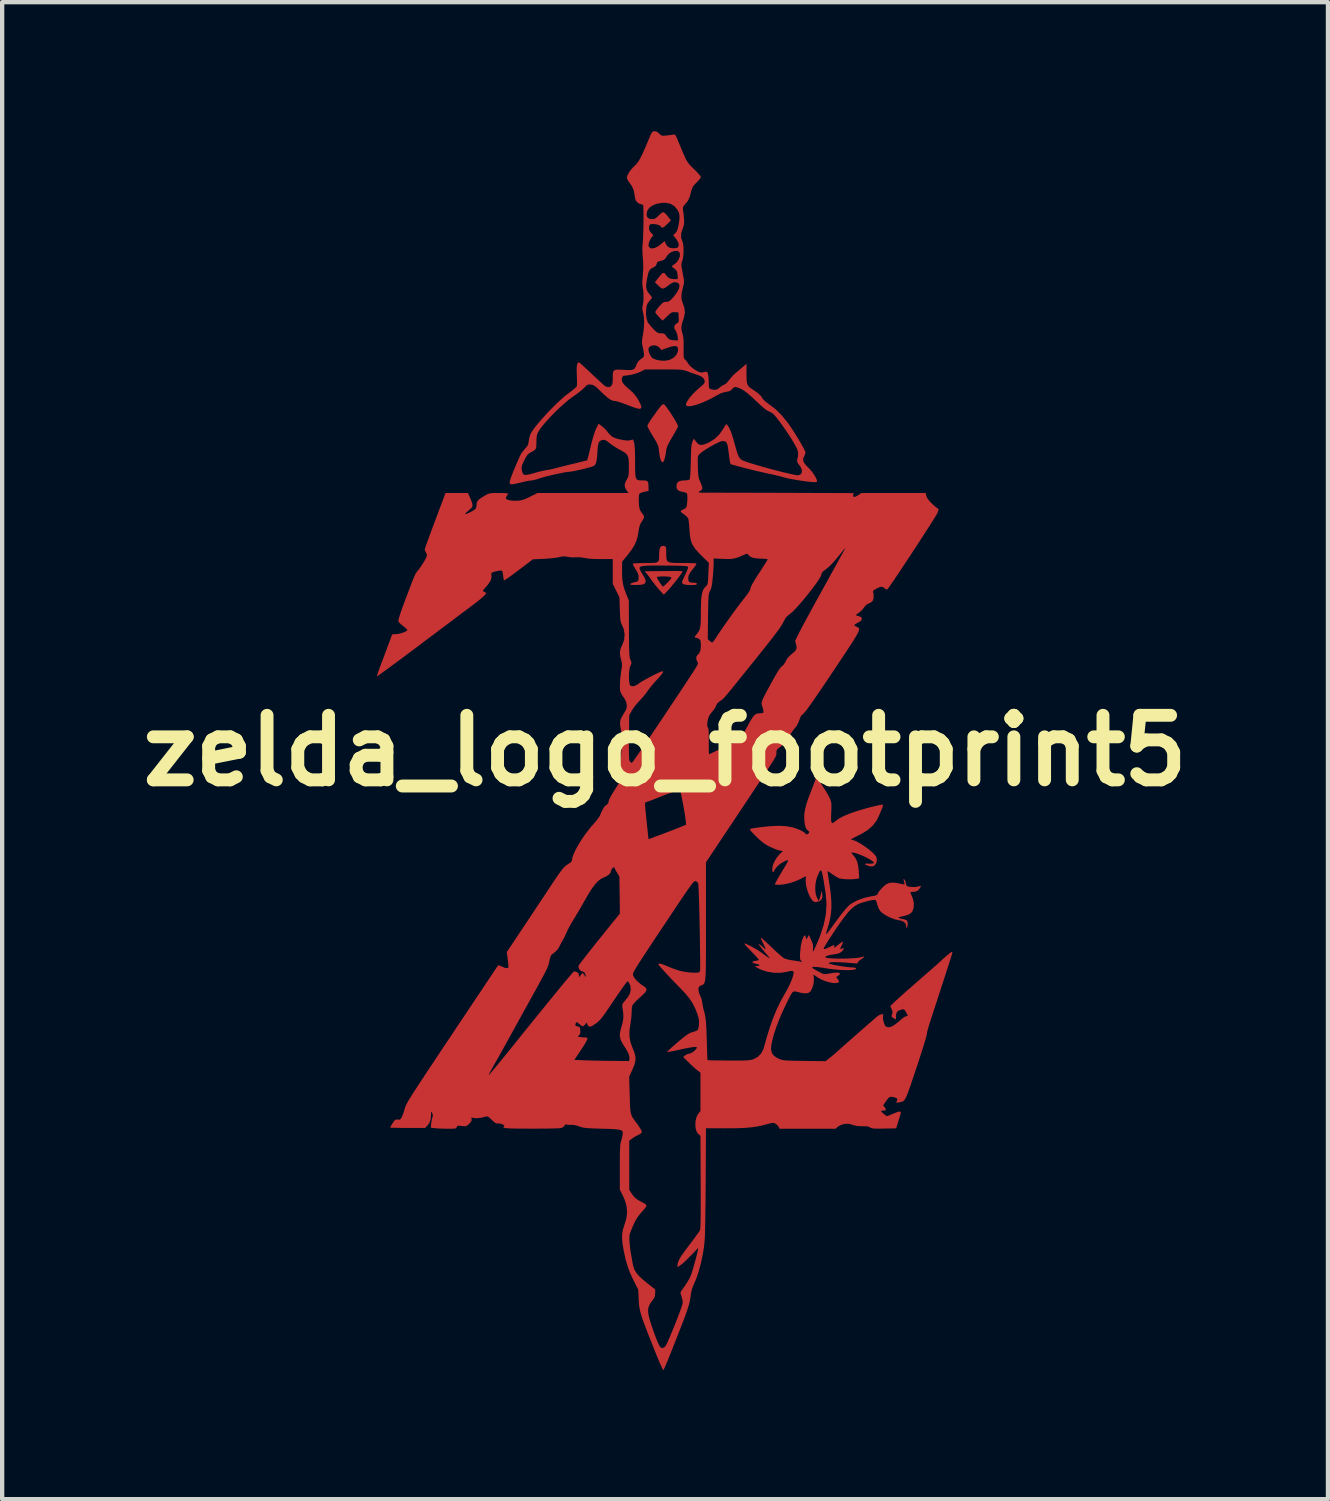
<source format=kicad_pcb>
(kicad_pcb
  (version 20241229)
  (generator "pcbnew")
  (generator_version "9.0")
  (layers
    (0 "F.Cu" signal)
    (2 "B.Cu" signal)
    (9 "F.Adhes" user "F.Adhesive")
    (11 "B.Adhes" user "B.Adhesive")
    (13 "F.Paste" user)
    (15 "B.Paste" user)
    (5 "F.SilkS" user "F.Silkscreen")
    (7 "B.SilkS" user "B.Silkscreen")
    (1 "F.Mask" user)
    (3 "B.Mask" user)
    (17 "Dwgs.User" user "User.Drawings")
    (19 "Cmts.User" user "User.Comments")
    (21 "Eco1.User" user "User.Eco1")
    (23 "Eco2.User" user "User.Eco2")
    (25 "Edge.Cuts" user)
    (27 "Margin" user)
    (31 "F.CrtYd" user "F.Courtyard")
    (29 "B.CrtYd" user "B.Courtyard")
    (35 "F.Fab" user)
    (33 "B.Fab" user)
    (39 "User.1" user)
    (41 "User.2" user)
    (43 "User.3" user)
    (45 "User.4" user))
  (footprint "zelda_logo_footprint5"
    (layer "F.Cu")
    (at 12.407 14.397)
    (property "Reference" "zelda_logo_footprint5" (at 0 0 0) (layer "F.SilkS") (effects (font (size 1.5 1.5) (thickness 0.3))))
    (attr board_only exclude_from_pos_files exclude_from_bom)
    (fp_poly (pts (xy -0.013 -8.04) (xy 0.021 -8) (xy 0.065 -7.941) (xy 0.115 -7.869) (xy 0.166 -7.791) (xy 0.215 -7.714) (xy 0.256 -7.643) (xy 0.286 -7.585) (xy 0.301 -7.547) (xy 0.302 -7.54) (xy 0.293 -7.515) (xy 0.268 -7.466) (xy 0.231 -7.398) (xy 0.185 -7.319) (xy 0.17 -7.295) (xy 0.115 -7.201) (xy 0.076 -7.129) (xy 0.051 -7.072) (xy 0.035 -7.022) (xy 0.026 -6.97) (xy 0.025 -6.962) (xy 0.009 -6.865) (xy -0.009 -6.786) (xy -0.029 -6.73) (xy -0.049 -6.703) (xy -0.055 -6.702) (xy -0.077 -6.717) (xy -0.099 -6.751) (xy -0.112 -6.793) (xy -0.125 -6.858) (xy -0.136 -6.934) (xy -0.138 -6.943) (xy -0.145 -7.003) (xy -0.152 -7.05) (xy -0.164 -7.091) (xy -0.182 -7.135) (xy -0.21 -7.188) (xy -0.252 -7.258) (xy -0.304 -7.345) (xy -0.347 -7.418) (xy -0.382 -7.482) (xy -0.405 -7.53) (xy -0.411 -7.551) (xy -0.401 -7.576) (xy -0.373 -7.624) (xy -0.332 -7.688) (xy -0.281 -7.763) (xy -0.271 -7.776) (xy -0.199 -7.877) (xy -0.144 -7.951) (xy -0.103 -8.002) (xy -0.074 -8.034) (xy -0.052 -8.05) (xy -0.034 -8.055) (xy -0.034 -8.055)) (stroke (width 0) (type solid)) (fill yes) (layer "F.Cu"))
    (fp_poly (pts (xy 0.287 -4.175) (xy 0.356 -4.174) (xy 0.397 -4.172) (xy 0.407 -4.171) (xy 0.401 -4.152) (xy 0.376 -4.112) (xy 0.335 -4.054) (xy 0.283 -3.985) (xy 0.223 -3.911) (xy 0.162 -3.835) (xy 0.102 -3.764) (xy 0.048 -3.703) (xy 0.005 -3.658) (xy -0.024 -3.633) (xy -0.031 -3.63) (xy -0.047 -3.643) (xy -0.081 -3.679) (xy -0.128 -3.731) (xy -0.17 -3.781) (xy -0.226 -3.849) (xy -0.276 -3.913) (xy -0.314 -3.964) (xy -0.33 -3.986) (xy -0.361 -4.032) (xy -0.192 -4.032) (xy -0.183 -4.008) (xy -0.159 -3.966) (xy -0.127 -3.916) (xy -0.094 -3.867) (xy -0.065 -3.829) (xy -0.048 -3.813) (xy -0.047 -3.813) (xy -0.03 -3.825) (xy 0.006 -3.857) (xy 0.053 -3.903) (xy 0.065 -3.914) (xy 0.115 -3.967) (xy 0.141 -4.001) (xy 0.146 -4.021) (xy 0.137 -4.033) (xy 0.107 -4.041) (xy 0.054 -4.047) (xy -0.01 -4.05) (xy -0.077 -4.05) (xy -0.136 -4.046) (xy -0.178 -4.04) (xy -0.192 -4.032) (xy -0.361 -4.032) (xy -0.364 -4.036) (xy -0.408 -4.092) (xy -0.419 -4.105) (xy -0.473 -4.169) (xy -0.037 -4.174) (xy 0.085 -4.175) (xy 0.195 -4.176)) (stroke (width 0) (type solid)) (fill yes) (layer "F.Cu"))
    (fp_poly (pts (xy -0.019 -4.756) (xy 0.004 -4.749) (xy 0.017 -4.735) (xy 0.024 -4.708) (xy 0.027 -4.659) (xy 0.027 -4.59) (xy 0.028 -4.513) (xy 0.033 -4.456) (xy 0.047 -4.416) (xy 0.074 -4.389) (xy 0.119 -4.373) (xy 0.187 -4.365) (xy 0.283 -4.362) (xy 0.408 -4.361) (xy 0.511 -4.361) (xy 0.6 -4.359) (xy 0.671 -4.356) (xy 0.715 -4.353) (xy 0.728 -4.35) (xy 0.724 -4.33) (xy 0.702 -4.293) (xy 0.681 -4.266) (xy 0.619 -4.189) (xy 0.578 -4.131) (xy 0.554 -4.086) (xy 0.542 -4.046) (xy 0.539 -4.003) (xy 0.539 -4.003) (xy 0.544 -3.951) (xy 0.562 -3.921) (xy 0.601 -3.907) (xy 0.669 -3.904) (xy 0.719 -3.899) (xy 0.74 -3.884) (xy 0.741 -3.877) (xy 0.733 -3.862) (xy 0.708 -3.854) (xy 0.657 -3.85) (xy 0.602 -3.849) (xy 0.501 -3.854) (xy 0.433 -3.868) (xy 0.399 -3.892) (xy 0.393 -3.912) (xy 0.401 -3.938) (xy 0.422 -3.989) (xy 0.452 -4.053) (xy 0.468 -4.085) (xy 0.5 -4.155) (xy 0.524 -4.215) (xy 0.536 -4.256) (xy 0.536 -4.266) (xy 0.532 -4.275) (xy 0.52 -4.282) (xy 0.497 -4.288) (xy 0.459 -4.292) (xy 0.402 -4.296) (xy 0.322 -4.298) (xy 0.215 -4.3) (xy 0.076 -4.302) (xy 0.015 -4.302) (xy -0.152 -4.303) (xy -0.287 -4.303) (xy -0.392 -4.301) (xy -0.47 -4.296) (xy -0.526 -4.289) (xy -0.563 -4.279) (xy -0.584 -4.266) (xy -0.593 -4.249) (xy -0.594 -4.24) (xy -0.585 -4.21) (xy -0.56 -4.16) (xy -0.524 -4.101) (xy -0.52 -4.094) (xy -0.474 -4.015) (xy -0.453 -3.957) (xy -0.451 -3.929) (xy -0.461 -3.897) (xy -0.484 -3.875) (xy -0.527 -3.861) (xy -0.595 -3.854) (xy -0.683 -3.851) (xy -0.755 -3.852) (xy -0.796 -3.857) (xy -0.81 -3.867) (xy -0.809 -3.872) (xy -0.788 -3.889) (xy -0.743 -3.906) (xy -0.712 -3.914) (xy -0.658 -3.928) (xy -0.63 -3.943) (xy -0.619 -3.97) (xy -0.616 -3.994) (xy -0.614 -4.052) (xy -0.624 -4.103) (xy -0.65 -4.16) (xy -0.694 -4.232) (xy -0.725 -4.285) (xy -0.745 -4.326) (xy -0.748 -4.346) (xy -0.727 -4.351) (xy -0.677 -4.356) (xy -0.602 -4.359) (xy -0.511 -4.361) (xy -0.457 -4.361) (xy -0.342 -4.362) (xy -0.258 -4.364) (xy -0.201 -4.373) (xy -0.166 -4.39) (xy -0.146 -4.42) (xy -0.139 -4.465) (xy -0.137 -4.529) (xy -0.137 -4.568) (xy -0.131 -4.662) (xy -0.113 -4.724) (xy -0.08 -4.755) (xy -0.031 -4.759)) (stroke (width 0) (type solid)) (fill yes) (layer "F.Cu"))
    (fp_poly (pts (xy -0.205 -14.392) (xy -0.16 -14.364) (xy -0.139 -14.344) (xy -0.104 -14.313) (xy -0.075 -14.296) (xy -0.037 -14.292) (xy 0.023 -14.296) (xy 0.033 -14.297) (xy 0.102 -14.305) (xy 0.162 -14.314) (xy 0.192 -14.319) (xy 0.212 -14.322) (xy 0.229 -14.316) (xy 0.245 -14.297) (xy 0.266 -14.258) (xy 0.293 -14.195) (xy 0.327 -14.114) (xy 0.382 -13.98) (xy 0.426 -13.875) (xy 0.463 -13.793) (xy 0.495 -13.729) (xy 0.526 -13.677) (xy 0.559 -13.633) (xy 0.596 -13.592) (xy 0.641 -13.547) (xy 0.677 -13.512) (xy 0.738 -13.452) (xy 0.788 -13.397) (xy 0.821 -13.355) (xy 0.832 -13.333) (xy 0.82 -13.305) (xy 0.786 -13.262) (xy 0.74 -13.212) (xy 0.733 -13.206) (xy 0.692 -13.164) (xy 0.661 -13.129) (xy 0.639 -13.092) (xy 0.62 -13.044) (xy 0.6 -12.977) (xy 0.576 -12.884) (xy 0.575 -12.878) (xy 0.531 -12.78) (xy 0.48 -12.716) (xy 0.439 -12.671) (xy 0.419 -12.637) (xy 0.414 -12.601) (xy 0.419 -12.556) (xy 0.434 -12.437) (xy 0.443 -12.347) (xy 0.444 -12.277) (xy 0.438 -12.221) (xy 0.424 -12.17) (xy 0.409 -12.133) (xy 0.375 -12.023) (xy 0.373 -11.927) (xy 0.4 -11.845) (xy 0.418 -11.788) (xy 0.428 -11.707) (xy 0.431 -11.613) (xy 0.426 -11.518) (xy 0.414 -11.434) (xy 0.4 -11.382) (xy 0.387 -11.347) (xy 0.38 -11.315) (xy 0.38 -11.278) (xy 0.387 -11.226) (xy 0.4 -11.151) (xy 0.41 -11.099) (xy 0.427 -11.009) (xy 0.438 -10.945) (xy 0.441 -10.897) (xy 0.438 -10.857) (xy 0.429 -10.813) (xy 0.419 -10.776) (xy 0.391 -10.662) (xy 0.38 -10.571) (xy 0.384 -10.495) (xy 0.404 -10.423) (xy 0.411 -10.405) (xy 0.45 -10.29) (xy 0.461 -10.187) (xy 0.444 -10.084) (xy 0.43 -10.039) (xy 0.396 -9.936) (xy 0.381 -9.853) (xy 0.383 -9.779) (xy 0.402 -9.702) (xy 0.404 -9.697) (xy 0.418 -9.644) (xy 0.427 -9.584) (xy 0.432 -9.508) (xy 0.433 -9.407) (xy 0.432 -9.36) (xy 0.431 -9.262) (xy 0.432 -9.193) (xy 0.435 -9.148) (xy 0.442 -9.12) (xy 0.454 -9.101) (xy 0.47 -9.086) (xy 0.51 -9.042) (xy 0.534 -9.002) (xy 0.567 -8.957) (xy 0.623 -8.905) (xy 0.694 -8.853) (xy 0.771 -8.809) (xy 0.773 -8.809) (xy 0.825 -8.79) (xy 0.878 -8.792) (xy 0.905 -8.799) (xy 0.951 -8.809) (xy 0.975 -8.804) (xy 0.99 -8.78) (xy 0.996 -8.763) (xy 1.005 -8.718) (xy 1.012 -8.65) (xy 1.015 -8.573) (xy 1.015 -8.564) (xy 1.016 -8.492) (xy 1.019 -8.447) (xy 1.029 -8.423) (xy 1.046 -8.409) (xy 1.062 -8.402) (xy 1.147 -8.384) (xy 1.219 -8.4) (xy 1.264 -8.434) (xy 1.312 -8.474) (xy 1.366 -8.502) (xy 1.368 -8.503) (xy 1.424 -8.537) (xy 1.482 -8.604) (xy 1.489 -8.614) (xy 1.541 -8.679) (xy 1.603 -8.744) (xy 1.636 -8.773) (xy 1.699 -8.826) (xy 1.769 -8.885) (xy 1.806 -8.916) (xy 1.893 -8.992) (xy 1.893 -8.802) (xy 1.894 -8.687) (xy 1.897 -8.603) (xy 1.906 -8.541) (xy 1.922 -8.496) (xy 1.947 -8.461) (xy 1.985 -8.429) (xy 2.037 -8.394) (xy 2.126 -8.334) (xy 2.188 -8.284) (xy 2.232 -8.239) (xy 2.263 -8.191) (xy 2.267 -8.184) (xy 2.296 -8.148) (xy 2.347 -8.103) (xy 2.41 -8.056) (xy 2.424 -8.046) (xy 2.574 -7.932) (xy 2.721 -7.784) (xy 2.865 -7.604) (xy 2.871 -7.596) (xy 2.925 -7.518) (xy 2.984 -7.428) (xy 3.045 -7.331) (xy 3.104 -7.234) (xy 3.159 -7.141) (xy 3.205 -7.058) (xy 3.24 -6.991) (xy 3.26 -6.945) (xy 3.263 -6.931) (xy 3.254 -6.887) (xy 3.237 -6.848) (xy 3.212 -6.793) (xy 3.21 -6.743) (xy 3.231 -6.691) (xy 3.278 -6.631) (xy 3.33 -6.578) (xy 3.39 -6.514) (xy 3.444 -6.444) (xy 3.488 -6.375) (xy 3.519 -6.315) (xy 3.533 -6.269) (xy 3.527 -6.246) (xy 3.501 -6.24) (xy 3.445 -6.242) (xy 3.366 -6.248) (xy 3.271 -6.259) (xy 3.166 -6.274) (xy 3.058 -6.291) (xy 2.952 -6.31) (xy 2.855 -6.329) (xy 2.775 -6.349) (xy 2.765 -6.352) (xy 2.671 -6.378) (xy 2.576 -6.401) (xy 2.494 -6.42) (xy 2.454 -6.428) (xy 2.393 -6.44) (xy 2.31 -6.459) (xy 2.21 -6.482) (xy 2.101 -6.508) (xy 1.986 -6.536) (xy 1.873 -6.564) (xy 1.766 -6.592) (xy 1.672 -6.617) (xy 1.596 -6.638) (xy 1.545 -6.653) (xy 1.523 -6.662) (xy 1.523 -6.662) (xy 1.515 -6.685) (xy 1.505 -6.737) (xy 1.494 -6.811) (xy 1.482 -6.899) (xy 1.48 -6.914) (xy 1.467 -7.021) (xy 1.453 -7.097) (xy 1.437 -7.147) (xy 1.415 -7.177) (xy 1.384 -7.191) (xy 1.343 -7.196) (xy 1.33 -7.196) (xy 1.29 -7.186) (xy 1.227 -7.159) (xy 1.149 -7.12) (xy 1.064 -7.073) (xy 0.979 -7.022) (xy 0.901 -6.972) (xy 0.838 -6.926) (xy 0.798 -6.89) (xy 0.781 -6.869) (xy 0.769 -6.847) (xy 0.762 -6.817) (xy 0.759 -6.773) (xy 0.76 -6.707) (xy 0.763 -6.612) (xy 0.763 -6.594) (xy 0.767 -6.489) (xy 0.772 -6.413) (xy 0.78 -6.357) (xy 0.792 -6.311) (xy 0.809 -6.268) (xy 0.82 -6.245) (xy 0.854 -6.163) (xy 0.867 -6.106) (xy 0.857 -6.067) (xy 0.824 -6.041) (xy 0.823 -6.04) (xy 0.787 -6.021) (xy 0.782 -6.007) (xy 0.809 -5.999) (xy 0.87 -5.995) (xy 0.937 -5.995) (xy 0.979 -5.996) (xy 1.055 -5.996) (xy 1.161 -5.996) (xy 1.295 -5.996) (xy 1.455 -5.995) (xy 1.635 -5.995) (xy 1.835 -5.995) (xy 2.051 -5.994) (xy 2.281 -5.993) (xy 2.52 -5.993) (xy 2.74 -5.992) (xy 4.383 -5.986) (xy 4.372 -5.942) (xy 4.373 -5.907) (xy 4.398 -5.897) (xy 4.445 -5.912) (xy 4.497 -5.943) (xy 4.564 -5.989) (xy 5.311 -5.989) (xy 6.058 -5.989) (xy 6.069 -5.928) (xy 6.095 -5.868) (xy 6.149 -5.796) (xy 6.226 -5.719) (xy 6.289 -5.666) (xy 6.361 -5.61) (xy 6.334 -5.53) (xy 6.32 -5.503) (xy 6.288 -5.45) (xy 6.241 -5.373) (xy 6.18 -5.276) (xy 6.107 -5.163) (xy 6.026 -5.037) (xy 5.938 -4.9) (xy 5.845 -4.758) (xy 5.75 -4.613) (xy 5.655 -4.469) (xy 5.563 -4.329) (xy 5.475 -4.196) (xy 5.394 -4.075) (xy 5.322 -3.968) (xy 5.261 -3.88) (xy 5.214 -3.812) (xy 5.183 -3.77) (xy 5.174 -3.759) (xy 5.152 -3.744) (xy 5.129 -3.753) (xy 5.106 -3.773) (xy 5.063 -3.803) (xy 5.02 -3.81) (xy 4.965 -3.792) (xy 4.914 -3.765) (xy 4.833 -3.718) (xy 4.846 -3.635) (xy 4.848 -3.546) (xy 4.825 -3.48) (xy 4.775 -3.438) (xy 4.744 -3.426) (xy 4.685 -3.397) (xy 4.636 -3.344) (xy 4.625 -3.328) (xy 4.58 -3.271) (xy 4.525 -3.22) (xy 4.506 -3.207) (xy 4.464 -3.179) (xy 4.438 -3.158) (xy 4.435 -3.153) (xy 4.45 -3.142) (xy 4.49 -3.129) (xy 4.503 -3.126) (xy 4.549 -3.11) (xy 4.569 -3.087) (xy 4.572 -3.064) (xy 4.564 -3.033) (xy 4.535 -3.005) (xy 4.485 -2.977) (xy 4.436 -2.95) (xy 4.405 -2.927) (xy 4.398 -2.918) (xy 4.413 -2.901) (xy 4.45 -2.881) (xy 4.453 -2.88) (xy 4.475 -2.87) (xy 4.493 -2.86) (xy 4.506 -2.847) (xy 4.511 -2.829) (xy 4.508 -2.803) (xy 4.496 -2.768) (xy 4.473 -2.72) (xy 4.439 -2.659) (xy 4.392 -2.581) (xy 4.33 -2.484) (xy 4.253 -2.366) (xy 4.16 -2.225) (xy 4.049 -2.058) (xy 3.919 -1.863) (xy 3.901 -1.836) (xy 3.756 -1.619) (xy 3.629 -1.432) (xy 3.521 -1.273) (xy 3.43 -1.142) (xy 3.356 -1.037) (xy 3.298 -0.957) (xy 3.254 -0.902) (xy 3.225 -0.869) (xy 3.214 -0.86) (xy 3.159 -0.806) (xy 3.135 -0.75) (xy 3.098 -0.649) (xy 3.052 -0.565) (xy 3.008 -0.512) (xy 2.98 -0.479) (xy 2.942 -0.424) (xy 2.901 -0.359) (xy 2.894 -0.348) (xy 2.841 -0.259) (xy 2.795 -0.195) (xy 2.748 -0.144) (xy 2.693 -0.099) (xy 2.665 -0.079) (xy 2.619 -0.044) (xy 2.596 -0.014) (xy 2.588 0.025) (xy 2.588 0.055) (xy 2.588 0.067) (xy 2.589 0.077) (xy 2.588 0.087) (xy 2.586 0.099) (xy 2.581 0.114) (xy 2.572 0.134) (xy 2.558 0.161) (xy 2.537 0.197) (xy 2.51 0.242) (xy 2.474 0.299) (xy 2.429 0.369) (xy 2.374 0.454) (xy 2.307 0.556) (xy 2.228 0.676) (xy 2.135 0.816) (xy 2.028 0.977) (xy 1.906 1.161) (xy 1.767 1.37) (xy 1.61 1.606) (xy 1.434 1.869) (xy 1.346 2.001) (xy 0.951 2.595) (xy 0.951 3.968) (xy 0.951 4.231) (xy 0.951 4.461) (xy 0.951 4.658) (xy 0.95 4.827) (xy 0.949 4.968) (xy 0.947 5.086) (xy 0.944 5.181) (xy 0.939 5.257) (xy 0.933 5.316) (xy 0.926 5.36) (xy 0.917 5.392) (xy 0.906 5.414) (xy 0.893 5.43) (xy 0.877 5.44) (xy 0.859 5.448) (xy 0.838 5.456) (xy 0.833 5.458) (xy 0.797 5.478) (xy 0.781 5.506) (xy 0.777 5.555) (xy 0.787 5.622) (xy 0.812 5.685) (xy 0.813 5.687) (xy 0.835 5.735) (xy 0.855 5.805) (xy 0.868 5.874) (xy 0.88 5.946) (xy 0.893 6.009) (xy 0.904 6.049) (xy 0.921 6.105) (xy 0.935 6.177) (xy 0.947 6.268) (xy 0.956 6.383) (xy 0.963 6.525) (xy 0.969 6.699) (xy 0.97 6.747) (xy 0.973 6.87) (xy 0.977 6.98) (xy 0.98 7.072) (xy 0.983 7.141) (xy 0.986 7.183) (xy 0.987 7.192) (xy 1.006 7.194) (xy 1.057 7.196) (xy 1.135 7.198) (xy 1.235 7.199) (xy 1.352 7.201) (xy 1.475 7.202) (xy 1.624 7.202) (xy 1.742 7.202) (xy 1.833 7.201) (xy 1.903 7.198) (xy 1.956 7.193) (xy 1.997 7.187) (xy 2.032 7.178) (xy 2.052 7.172) (xy 2.154 7.118) (xy 2.234 7.037) (xy 2.287 6.935) (xy 2.294 6.911) (xy 2.367 6.65) (xy 2.439 6.419) (xy 2.513 6.212) (xy 2.591 6.023) (xy 2.675 5.846) (xy 2.769 5.675) (xy 2.794 5.632) (xy 2.845 5.54) (xy 2.895 5.441) (xy 2.936 5.348) (xy 2.954 5.3) (xy 2.981 5.213) (xy 2.991 5.157) (xy 2.98 5.126) (xy 2.946 5.117) (xy 2.886 5.126) (xy 2.835 5.139) (xy 2.689 5.163) (xy 2.532 5.162) (xy 2.375 5.137) (xy 2.23 5.09) (xy 2.153 5.051) (xy 2.085 5.011) (xy 2.144 5.005) (xy 2.19 4.996) (xy 2.2 4.984) (xy 2.176 4.969) (xy 2.119 4.954) (xy 2.118 4.954) (xy 2.057 4.938) (xy 2.03 4.92) (xy 2.036 4.903) (xy 2.078 4.889) (xy 2.095 4.887) (xy 2.144 4.878) (xy 2.177 4.868) (xy 2.181 4.865) (xy 2.173 4.849) (xy 2.143 4.812) (xy 2.096 4.759) (xy 2.035 4.696) (xy 2.012 4.672) (xy 1.947 4.606) (xy 1.894 4.55) (xy 1.858 4.507) (xy 1.841 4.483) (xy 1.841 4.48) (xy 1.861 4.483) (xy 1.906 4.501) (xy 1.967 4.531) (xy 2.037 4.568) (xy 2.11 4.61) (xy 2.178 4.651) (xy 2.23 4.686) (xy 2.292 4.731) (xy 2.354 4.776) (xy 2.386 4.799) (xy 2.415 4.819) (xy 2.43 4.827) (xy 2.429 4.82) (xy 2.411 4.795) (xy 2.374 4.748) (xy 2.316 4.679) (xy 2.281 4.637) (xy 2.233 4.579) (xy 2.197 4.531) (xy 2.177 4.5) (xy 2.175 4.493) (xy 2.193 4.499) (xy 2.227 4.525) (xy 2.258 4.551) (xy 2.3 4.588) (xy 2.331 4.612) (xy 2.341 4.617) (xy 2.338 4.602) (xy 2.321 4.563) (xy 2.294 4.506) (xy 2.285 4.487) (xy 2.255 4.426) (xy 2.235 4.377) (xy 2.228 4.351) (xy 2.229 4.349) (xy 2.244 4.358) (xy 2.281 4.389) (xy 2.336 4.437) (xy 2.403 4.5) (xy 2.474 4.568) (xy 2.554 4.644) (xy 2.63 4.713) (xy 2.694 4.77) (xy 2.743 4.809) (xy 2.767 4.826) (xy 2.814 4.843) (xy 2.882 4.86) (xy 2.957 4.873) (xy 3.031 4.884) (xy 3.099 4.894) (xy 3.145 4.902) (xy 3.145 4.902) (xy 3.181 4.907) (xy 3.186 4.901) (xy 3.166 4.884) (xy 3.15 4.868) (xy 3.14 4.844) (xy 3.137 4.806) (xy 3.137 4.745) (xy 3.141 4.678) (xy 3.155 4.534) (xy 3.181 4.42) (xy 3.19 4.393) (xy 3.218 4.327) (xy 3.239 4.295) (xy 3.256 4.296) (xy 3.27 4.329) (xy 3.273 4.338) (xy 3.286 4.389) (xy 3.314 4.335) (xy 3.342 4.281) (xy 3.396 4.399) (xy 3.427 4.473) (xy 3.441 4.53) (xy 3.441 4.583) (xy 3.44 4.594) (xy 3.435 4.642) (xy 3.435 4.669) (xy 3.437 4.672) (xy 3.449 4.656) (xy 3.472 4.612) (xy 3.502 4.547) (xy 3.537 4.466) (xy 3.575 4.376) (xy 3.605 4.302) (xy 3.689 4.044) (xy 3.739 3.794) (xy 3.753 3.55) (xy 3.732 3.31) (xy 3.732 3.31) (xy 3.706 3.146) (xy 3.685 3.016) (xy 3.667 2.917) (xy 3.652 2.846) (xy 3.638 2.803) (xy 3.625 2.782) (xy 3.611 2.784) (xy 3.595 2.804) (xy 3.576 2.841) (xy 3.553 2.892) (xy 3.545 2.909) (xy 3.512 3.008) (xy 3.494 3.119) (xy 3.491 3.232) (xy 3.503 3.336) (xy 3.531 3.418) (xy 3.532 3.42) (xy 3.572 3.493) (xy 3.59 3.447) (xy 3.606 3.398) (xy 3.621 3.338) (xy 3.622 3.328) (xy 3.635 3.255) (xy 3.652 3.322) (xy 3.659 3.401) (xy 3.634 3.461) (xy 3.579 3.501) (xy 3.551 3.51) (xy 3.498 3.518) (xy 3.458 3.51) (xy 3.423 3.48) (xy 3.385 3.424) (xy 3.361 3.382) (xy 3.324 3.296) (xy 3.294 3.198) (xy 3.274 3.1) (xy 3.267 3.013) (xy 3.271 2.968) (xy 3.275 2.932) (xy 3.269 2.92) (xy 3.269 2.92) (xy 3.247 2.931) (xy 3.202 2.954) (xy 3.143 2.984) (xy 3.139 2.987) (xy 3.024 3.037) (xy 2.897 3.078) (xy 2.77 3.106) (xy 2.658 3.118) (xy 2.649 3.118) (xy 2.594 3.116) (xy 2.559 3.112) (xy 2.551 3.108) (xy 2.561 3.084) (xy 2.589 3.03) (xy 2.634 2.95) (xy 2.696 2.845) (xy 2.772 2.718) (xy 2.784 2.698) (xy 2.82 2.637) (xy 2.847 2.587) (xy 2.861 2.556) (xy 2.862 2.552) (xy 2.848 2.545) (xy 2.812 2.555) (xy 2.763 2.579) (xy 2.707 2.611) (xy 2.653 2.65) (xy 2.649 2.653) (xy 2.599 2.7) (xy 2.56 2.749) (xy 2.548 2.77) (xy 2.524 2.815) (xy 2.506 2.824) (xy 2.496 2.799) (xy 2.494 2.741) (xy 2.495 2.716) (xy 2.513 2.644) (xy 2.55 2.561) (xy 2.601 2.479) (xy 2.659 2.41) (xy 2.661 2.409) (xy 2.739 2.334) (xy 2.668 2.322) (xy 2.618 2.308) (xy 2.549 2.283) (xy 2.472 2.25) (xy 2.446 2.238) (xy 2.366 2.196) (xy 2.294 2.15) (xy 2.221 2.091) (xy 2.134 2.011) (xy 2.126 2.003) (xy 2.049 1.926) (xy 1.998 1.87) (xy 1.975 1.835) (xy 1.975 1.823) (xy 2.002 1.813) (xy 2.058 1.801) (xy 2.137 1.789) (xy 2.232 1.777) (xy 2.335 1.766) (xy 2.439 1.756) (xy 2.538 1.75) (xy 2.625 1.747) (xy 2.646 1.746) (xy 2.818 1.756) (xy 2.96 1.782) (xy 3.039 1.806) (xy 3.117 1.836) (xy 3.185 1.869) (xy 3.236 1.899) (xy 3.262 1.924) (xy 3.264 1.931) (xy 3.277 1.946) (xy 3.305 1.943) (xy 3.335 1.922) (xy 3.339 1.918) (xy 3.352 1.895) (xy 3.341 1.872) (xy 3.314 1.849) (xy 3.287 1.822) (xy 3.268 1.785) (xy 3.254 1.73) (xy 3.243 1.669) (xy 3.234 1.573) (xy 3.237 1.473) (xy 3.254 1.364) (xy 3.286 1.24) (xy 3.334 1.096) (xy 3.392 0.946) (xy 3.429 0.851) (xy 3.461 0.768) (xy 3.485 0.703) (xy 3.499 0.661) (xy 3.502 0.65) (xy 3.513 0.632) (xy 3.517 0.631) (xy 3.535 0.646) (xy 3.566 0.685) (xy 3.609 0.744) (xy 3.656 0.814) (xy 3.706 0.89) (xy 3.753 0.966) (xy 3.793 1.035) (xy 3.821 1.09) (xy 3.824 1.095) (xy 3.844 1.142) (xy 3.857 1.181) (xy 3.865 1.223) (xy 3.867 1.275) (xy 3.866 1.347) (xy 3.862 1.437) (xy 3.859 1.545) (xy 3.86 1.62) (xy 3.868 1.665) (xy 3.884 1.682) (xy 3.91 1.676) (xy 3.946 1.649) (xy 3.962 1.635) (xy 4.047 1.575) (xy 4.167 1.513) (xy 4.322 1.451) (xy 4.477 1.399) (xy 4.577 1.369) (xy 4.682 1.339) (xy 4.785 1.311) (xy 4.881 1.288) (xy 4.962 1.269) (xy 5.024 1.258) (xy 5.059 1.254) (xy 5.065 1.255) (xy 5.064 1.277) (xy 5.05 1.323) (xy 5.026 1.385) (xy 4.996 1.457) (xy 4.964 1.529) (xy 4.932 1.594) (xy 4.908 1.637) (xy 4.817 1.753) (xy 4.695 1.856) (xy 4.54 1.948) (xy 4.498 1.968) (xy 4.408 2.012) (xy 4.351 2.044) (xy 4.326 2.065) (xy 4.334 2.074) (xy 4.348 2.076) (xy 4.399 2.087) (xy 4.47 2.12) (xy 4.553 2.167) (xy 4.641 2.225) (xy 4.728 2.288) (xy 4.805 2.352) (xy 4.867 2.411) (xy 4.906 2.461) (xy 4.912 2.475) (xy 4.923 2.543) (xy 4.91 2.61) (xy 4.876 2.663) (xy 4.863 2.672) (xy 4.829 2.689) (xy 4.794 2.692) (xy 4.741 2.68) (xy 4.735 2.679) (xy 4.679 2.66) (xy 4.648 2.642) (xy 4.643 2.629) (xy 4.669 2.624) (xy 4.684 2.624) (xy 4.764 2.627) (xy 4.822 2.623) (xy 4.852 2.613) (xy 4.855 2.607) (xy 4.839 2.582) (xy 4.796 2.549) (xy 4.732 2.511) (xy 4.656 2.471) (xy 4.573 2.434) (xy 4.493 2.402) (xy 4.421 2.379) (xy 4.366 2.368) (xy 4.357 2.368) (xy 4.333 2.37) (xy 4.332 2.38) (xy 4.354 2.406) (xy 4.365 2.418) (xy 4.423 2.492) (xy 4.463 2.573) (xy 4.488 2.672) (xy 4.501 2.792) (xy 4.513 2.966) (xy 4.453 2.978) (xy 4.378 2.987) (xy 4.288 2.99) (xy 4.194 2.987) (xy 4.11 2.979) (xy 4.047 2.966) (xy 4.037 2.962) (xy 3.986 2.935) (xy 3.922 2.895) (xy 3.873 2.861) (xy 3.825 2.826) (xy 3.79 2.806) (xy 3.776 2.805) (xy 3.776 2.805) (xy 3.779 2.828) (xy 3.786 2.881) (xy 3.798 2.957) (xy 3.812 3.049) (xy 3.822 3.112) (xy 3.85 3.318) (xy 3.865 3.498) (xy 3.866 3.66) (xy 3.853 3.811) (xy 3.825 3.959) (xy 3.782 4.112) (xy 3.774 4.138) (xy 3.756 4.198) (xy 3.745 4.243) (xy 3.745 4.263) (xy 3.759 4.254) (xy 3.787 4.222) (xy 3.823 4.175) (xy 3.94 4.013) (xy 4.039 3.88) (xy 4.121 3.772) (xy 4.19 3.689) (xy 4.246 3.626) (xy 4.292 3.582) (xy 4.319 3.562) (xy 4.467 3.48) (xy 4.635 3.42) (xy 4.784 3.387) (xy 4.863 3.374) (xy 4.911 3.359) (xy 4.935 3.342) (xy 4.938 3.335) (xy 4.963 3.287) (xy 5.009 3.228) (xy 5.064 3.169) (xy 5.12 3.121) (xy 5.141 3.106) (xy 5.204 3.077) (xy 5.273 3.065) (xy 5.357 3.071) (xy 5.449 3.089) (xy 5.508 3.102) (xy 5.55 3.109) (xy 5.565 3.109) (xy 5.564 3.089) (xy 5.556 3.048) (xy 5.552 3.036) (xy 5.542 2.994) (xy 5.545 2.981) (xy 5.56 2.991) (xy 5.581 3.023) (xy 5.596 3.073) (xy 5.598 3.083) (xy 5.608 3.127) (xy 5.626 3.149) (xy 5.665 3.161) (xy 5.689 3.165) (xy 5.789 3.171) (xy 5.881 3.159) (xy 5.922 3.145) (xy 5.943 3.138) (xy 5.946 3.148) (xy 5.93 3.182) (xy 5.926 3.188) (xy 5.884 3.245) (xy 5.828 3.275) (xy 5.76 3.282) (xy 5.719 3.286) (xy 5.7 3.294) (xy 5.7 3.296) (xy 5.756 3.426) (xy 5.782 3.541) (xy 5.778 3.647) (xy 5.77 3.681) (xy 5.744 3.742) (xy 5.7 3.788) (xy 5.632 3.821) (xy 5.534 3.847) (xy 5.518 3.85) (xy 5.454 3.865) (xy 5.426 3.878) (xy 5.435 3.891) (xy 5.48 3.904) (xy 5.523 3.913) (xy 5.575 3.926) (xy 5.613 3.941) (xy 5.619 3.945) (xy 5.635 3.978) (xy 5.641 4.028) (xy 5.634 4.08) (xy 5.623 4.105) (xy 5.61 4.118) (xy 5.605 4.099) (xy 5.605 4.084) (xy 5.592 4.022) (xy 5.55 3.978) (xy 5.479 3.949) (xy 5.423 3.938) (xy 5.328 3.916) (xy 5.225 3.876) (xy 5.127 3.825) (xy 5.044 3.769) (xy 5.005 3.732) (xy 4.965 3.668) (xy 4.935 3.585) (xy 4.931 3.569) (xy 4.911 3.501) (xy 4.889 3.468) (xy 4.88 3.465) (xy 4.825 3.471) (xy 4.748 3.486) (xy 4.662 3.508) (xy 4.579 3.532) (xy 4.511 3.556) (xy 4.488 3.566) (xy 4.426 3.601) (xy 4.371 3.639) (xy 4.318 3.688) (xy 4.26 3.751) (xy 4.192 3.836) (xy 4.135 3.911) (xy 4.081 3.985) (xy 4.02 4.071) (xy 3.956 4.166) (xy 3.892 4.262) (xy 3.83 4.356) (xy 3.776 4.442) (xy 3.731 4.515) (xy 3.7 4.569) (xy 3.685 4.6) (xy 3.685 4.604) (xy 3.7 4.612) (xy 3.744 4.6) (xy 3.816 4.569) (xy 3.855 4.55) (xy 3.906 4.525) (xy 3.931 4.517) (xy 3.937 4.523) (xy 3.932 4.543) (xy 3.926 4.57) (xy 3.935 4.577) (xy 3.961 4.563) (xy 4.009 4.525) (xy 4.034 4.505) (xy 4.081 4.467) (xy 4.118 4.444) (xy 4.134 4.439) (xy 4.133 4.46) (xy 4.117 4.501) (xy 4.107 4.523) (xy 4.08 4.577) (xy 4.072 4.603) (xy 4.082 4.61) (xy 4.11 4.601) (xy 4.114 4.599) (xy 4.15 4.59) (xy 4.157 4.603) (xy 4.135 4.637) (xy 4.127 4.647) (xy 4.086 4.686) (xy 4.035 4.712) (xy 3.964 4.728) (xy 3.919 4.734) (xy 3.84 4.746) (xy 3.776 4.764) (xy 3.734 4.784) (xy 3.721 4.801) (xy 3.739 4.812) (xy 3.786 4.821) (xy 3.858 4.827) (xy 3.948 4.832) (xy 4.049 4.833) (xy 4.157 4.833) (xy 4.264 4.83) (xy 4.364 4.825) (xy 4.452 4.818) (xy 4.521 4.808) (xy 4.559 4.799) (xy 4.608 4.785) (xy 4.627 4.789) (xy 4.615 4.808) (xy 4.573 4.839) (xy 4.556 4.85) (xy 4.505 4.886) (xy 4.482 4.916) (xy 4.481 4.926) (xy 4.479 4.939) (xy 4.457 4.945) (xy 4.409 4.943) (xy 4.375 4.94) (xy 4.237 4.928) (xy 4.109 4.92) (xy 3.999 4.916) (xy 3.912 4.915) (xy 3.852 4.919) (xy 3.831 4.924) (xy 3.804 4.936) (xy 3.804 4.945) (xy 3.833 4.956) (xy 3.858 4.963) (xy 3.925 4.979) (xy 4.013 4.996) (xy 4.113 5.012) (xy 4.211 5.025) (xy 4.297 5.035) (xy 4.356 5.038) (xy 4.406 5.042) (xy 4.439 5.052) (xy 4.443 5.056) (xy 4.439 5.074) (xy 4.403 5.088) (xy 4.341 5.097) (xy 4.256 5.101) (xy 4.154 5.099) (xy 4.04 5.093) (xy 3.917 5.082) (xy 3.792 5.066) (xy 3.73 5.056) (xy 3.635 5.041) (xy 3.55 5.031) (xy 3.484 5.025) (xy 3.444 5.025) (xy 3.438 5.026) (xy 3.419 5.037) (xy 3.425 5.05) (xy 3.46 5.074) (xy 3.463 5.076) (xy 3.515 5.106) (xy 3.58 5.142) (xy 3.61 5.157) (xy 3.654 5.18) (xy 3.689 5.192) (xy 3.726 5.194) (xy 3.777 5.187) (xy 3.84 5.176) (xy 3.935 5.161) (xy 4.006 5.158) (xy 4.051 5.166) (xy 4.067 5.183) (xy 4.051 5.21) (xy 4.023 5.232) (xy 3.978 5.261) (xy 4.017 5.316) (xy 4.04 5.355) (xy 4.042 5.376) (xy 4.03 5.387) (xy 3.978 5.402) (xy 3.903 5.4) (xy 3.814 5.383) (xy 3.718 5.354) (xy 3.624 5.314) (xy 3.541 5.266) (xy 3.541 5.266) (xy 3.448 5.202) (xy 3.459 5.282) (xy 3.459 5.36) (xy 3.444 5.448) (xy 3.416 5.53) (xy 3.381 5.593) (xy 3.374 5.601) (xy 3.331 5.63) (xy 3.272 5.641) (xy 3.19 5.634) (xy 3.094 5.612) (xy 3.052 5.601) (xy 3.019 5.595) (xy 2.993 5.596) (xy 2.969 5.61) (xy 2.944 5.64) (xy 2.915 5.689) (xy 2.877 5.762) (xy 2.828 5.861) (xy 2.797 5.925) (xy 2.72 6.09) (xy 2.65 6.255) (xy 2.589 6.416) (xy 2.538 6.568) (xy 2.499 6.705) (xy 2.474 6.823) (xy 2.464 6.917) (xy 2.465 6.955) (xy 2.484 7.027) (xy 2.526 7.086) (xy 2.596 7.136) (xy 2.649 7.162) (xy 2.679 7.174) (xy 2.709 7.184) (xy 2.744 7.192) (xy 2.788 7.198) (xy 2.848 7.202) (xy 2.927 7.205) (xy 3.03 7.207) (xy 3.163 7.21) (xy 3.238 7.211) (xy 3.732 7.217) (xy 3.823 7.145) (xy 3.884 7.095) (xy 3.956 7.034) (xy 4.023 6.974) (xy 4.024 6.973) (xy 4.06 6.941) (xy 4.119 6.888) (xy 4.197 6.819) (xy 4.288 6.739) (xy 4.388 6.651) (xy 4.493 6.559) (xy 4.598 6.467) (xy 4.697 6.38) (xy 4.788 6.301) (xy 4.864 6.235) (xy 4.922 6.185) (xy 4.937 6.171) (xy 4.984 6.143) (xy 5.025 6.128) (xy 5.059 6.122) (xy 5.071 6.134) (xy 5.066 6.171) (xy 5.065 6.176) (xy 5.065 6.229) (xy 5.077 6.293) (xy 5.097 6.354) (xy 5.121 6.4) (xy 5.134 6.413) (xy 5.189 6.429) (xy 5.256 6.416) (xy 5.336 6.371) (xy 5.432 6.296) (xy 5.46 6.271) (xy 5.515 6.224) (xy 5.565 6.189) (xy 5.6 6.172) (xy 5.605 6.172) (xy 5.631 6.169) (xy 5.639 6.157) (xy 5.628 6.128) (xy 5.601 6.077) (xy 5.573 6.032) (xy 5.548 6.013) (xy 5.516 6.013) (xy 5.506 6.015) (xy 5.431 6.038) (xy 5.387 6.076) (xy 5.369 6.132) (xy 5.367 6.163) (xy 5.367 6.246) (xy 5.311 6.217) (xy 5.272 6.19) (xy 5.265 6.163) (xy 5.267 6.157) (xy 5.286 6.099) (xy 5.286 6.055) (xy 5.268 6.01) (xy 5.248 5.967) (xy 5.239 5.939) (xy 5.239 5.937) (xy 5.253 5.919) (xy 5.293 5.879) (xy 5.357 5.818) (xy 5.445 5.738) (xy 5.554 5.64) (xy 5.683 5.527) (xy 5.742 5.475) (xy 5.772 5.449) (xy 5.824 5.403) (xy 5.894 5.342) (xy 5.978 5.269) (xy 6.069 5.189) (xy 6.108 5.155) (xy 6.198 5.077) (xy 6.278 5.006) (xy 6.345 4.947) (xy 6.395 4.902) (xy 6.423 4.877) (xy 6.428 4.872) (xy 6.451 4.848) (xy 6.492 4.812) (xy 6.542 4.769) (xy 6.593 4.727) (xy 6.636 4.693) (xy 6.664 4.674) (xy 6.67 4.672) (xy 6.678 4.687) (xy 6.674 4.713) (xy 6.662 4.752) (xy 6.641 4.82) (xy 6.611 4.913) (xy 6.574 5.028) (xy 6.532 5.158) (xy 6.487 5.299) (xy 6.439 5.446) (xy 6.39 5.595) (xy 6.343 5.742) (xy 6.298 5.88) (xy 6.257 6.006) (xy 6.221 6.114) (xy 6.193 6.201) (xy 6.181 6.236) (xy 6.148 6.338) (xy 6.12 6.433) (xy 6.098 6.512) (xy 6.086 6.57) (xy 6.083 6.592) (xy 6.077 6.623) (xy 6.061 6.684) (xy 6.035 6.772) (xy 6.001 6.883) (xy 5.96 7.012) (xy 5.914 7.156) (xy 5.863 7.311) (xy 5.837 7.388) (xy 5.776 7.57) (xy 5.726 7.72) (xy 5.684 7.842) (xy 5.649 7.939) (xy 5.62 8.013) (xy 5.594 8.069) (xy 5.571 8.108) (xy 5.549 8.135) (xy 5.526 8.152) (xy 5.5 8.162) (xy 5.47 8.169) (xy 5.435 8.175) (xy 5.434 8.175) (xy 5.389 8.182) (xy 5.373 8.178) (xy 5.379 8.159) (xy 5.383 8.15) (xy 5.4 8.111) (xy 5.394 8.086) (xy 5.361 8.067) (xy 5.322 8.055) (xy 5.271 8.044) (xy 5.233 8.046) (xy 5.2 8.066) (xy 5.162 8.109) (xy 5.126 8.161) (xy 5.07 8.242) (xy 5.108 8.293) (xy 5.133 8.335) (xy 5.128 8.357) (xy 5.09 8.366) (xy 5.071 8.366) (xy 5.034 8.369) (xy 5.02 8.375) (xy 5.033 8.395) (xy 5.065 8.426) (xy 5.104 8.459) (xy 5.14 8.485) (xy 5.159 8.494) (xy 5.185 8.486) (xy 5.234 8.467) (xy 5.295 8.44) (xy 5.3 8.438) (xy 5.365 8.411) (xy 5.42 8.393) (xy 5.455 8.387) (xy 5.456 8.388) (xy 5.471 8.392) (xy 5.478 8.403) (xy 5.477 8.428) (xy 5.466 8.472) (xy 5.445 8.541) (xy 5.431 8.586) (xy 5.371 8.778) (xy 5.093 8.783) (xy 4.983 8.785) (xy 4.904 8.784) (xy 4.848 8.781) (xy 4.81 8.775) (xy 4.782 8.766) (xy 4.767 8.757) (xy 4.727 8.738) (xy 4.672 8.729) (xy 4.593 8.729) (xy 4.59 8.729) (xy 4.473 8.725) (xy 4.368 8.701) (xy 4.355 8.697) (xy 4.288 8.676) (xy 4.235 8.669) (xy 4.18 8.674) (xy 4.154 8.679) (xy 4.088 8.7) (xy 4.031 8.729) (xy 4.013 8.743) (xy 3.966 8.787) (xy 3.313 8.787) (xy 2.66 8.787) (xy 2.64 8.744) (xy 2.611 8.704) (xy 2.569 8.671) (xy 2.543 8.657) (xy 2.517 8.651) (xy 2.484 8.653) (xy 2.433 8.664) (xy 2.357 8.684) (xy 2.347 8.687) (xy 2.238 8.715) (xy 2.13 8.737) (xy 2.017 8.753) (xy 1.892 8.765) (xy 1.749 8.772) (xy 1.583 8.776) (xy 1.399 8.777) (xy 0.951 8.776) (xy 0.945 9.929) (xy 0.944 10.139) (xy 0.942 10.346) (xy 0.94 10.545) (xy 0.937 10.731) (xy 0.935 10.901) (xy 0.932 11.051) (xy 0.929 11.177) (xy 0.927 11.273) (xy 0.924 11.338) (xy 0.906 11.527) (xy 0.874 11.725) (xy 0.831 11.923) (xy 0.779 12.113) (xy 0.721 12.284) (xy 0.659 12.424) (xy 0.624 12.518) (xy 0.599 12.638) (xy 0.596 12.667) (xy 0.586 12.735) (xy 0.573 12.805) (xy 0.554 12.88) (xy 0.528 12.965) (xy 0.494 13.066) (xy 0.45 13.187) (xy 0.394 13.332) (xy 0.334 13.486) (xy 0.282 13.618) (xy 0.227 13.758) (xy 0.172 13.896) (xy 0.122 14.022) (xy 0.082 14.125) (xy 0.081 14.126) (xy 0.044 14.217) (xy 0.011 14.295) (xy -0.017 14.355) (xy -0.035 14.39) (xy -0.041 14.396) (xy -0.052 14.381) (xy -0.074 14.337) (xy -0.106 14.266) (xy -0.146 14.174) (xy -0.192 14.065) (xy -0.241 13.942) (xy -0.253 13.912) (xy -0.33 13.717) (xy -0.395 13.553) (xy -0.448 13.415) (xy -0.491 13.3) (xy -0.526 13.204) (xy -0.552 13.123) (xy -0.572 13.055) (xy -0.586 12.994) (xy -0.596 12.938) (xy -0.603 12.882) (xy -0.608 12.823) (xy -0.611 12.764) (xy -0.624 12.526) (xy -0.726 12.325) (xy -0.806 12.155) (xy -0.868 11.989) (xy -0.919 11.814) (xy -0.959 11.629) (xy -0.986 11.474) (xy -0.998 11.346) (xy -0.997 11.237) (xy -0.981 11.139) (xy -0.953 11.049) (xy -0.902 10.886) (xy -0.882 10.736) (xy -0.893 10.591) (xy -0.935 10.444) (xy -0.978 10.349) (xy -1.051 10.201) (xy -1.051 9.679) (xy -1.051 9.515) (xy -1.05 9.383) (xy -1.047 9.28) (xy -1.043 9.202) (xy -1.038 9.144) (xy -1.031 9.103) (xy -1.025 9.083) (xy -1.005 9.015) (xy -0.989 8.94) (xy -0.987 8.927) (xy -0.983 8.889) (xy -0.985 8.86) (xy -0.997 8.837) (xy -1.024 8.821) (xy -1.069 8.809) (xy -1.136 8.8) (xy -1.229 8.794) (xy -1.351 8.789) (xy -1.472 8.786) (xy -1.609 8.782) (xy -1.715 8.778) (xy -1.796 8.773) (xy -1.858 8.767) (xy -1.906 8.759) (xy -1.946 8.749) (xy -1.984 8.736) (xy -1.988 8.734) (xy -2.07 8.709) (xy -2.148 8.697) (xy -2.17 8.697) (xy -2.229 8.697) (xy -2.277 8.692) (xy -2.286 8.689) (xy -2.32 8.69) (xy -2.341 8.718) (xy -2.375 8.754) (xy -2.423 8.772) (xy -2.456 8.775) (xy -2.521 8.778) (xy -2.613 8.781) (xy -2.727 8.783) (xy -2.859 8.784) (xy -3.004 8.785) (xy -3.113 8.785) (xy -3.293 8.784) (xy -3.44 8.783) (xy -3.555 8.781) (xy -3.642 8.777) (xy -3.703 8.772) (xy -3.741 8.765) (xy -3.758 8.756) (xy -3.757 8.746) (xy -3.741 8.732) (xy -3.739 8.732) (xy -3.735 8.716) (xy -3.756 8.696) (xy -3.794 8.678) (xy -3.838 8.666) (xy -3.879 8.664) (xy -3.884 8.665) (xy -3.915 8.665) (xy -3.948 8.65) (xy -3.991 8.615) (xy -4.026 8.582) (xy -4.076 8.535) (xy -4.109 8.509) (xy -4.136 8.5) (xy -4.165 8.504) (xy -4.181 8.509) (xy -4.263 8.529) (xy -4.346 8.541) (xy -4.417 8.542) (xy -4.466 8.533) (xy -4.47 8.531) (xy -4.497 8.52) (xy -4.502 8.533) (xy -4.497 8.557) (xy -4.495 8.592) (xy -4.513 8.627) (xy -4.551 8.669) (xy -4.59 8.706) (xy -4.621 8.725) (xy -4.658 8.729) (xy -4.716 8.724) (xy -4.725 8.723) (xy -4.785 8.717) (xy -4.818 8.719) (xy -4.835 8.73) (xy -4.842 8.749) (xy -4.849 8.765) (xy -4.863 8.776) (xy -4.892 8.783) (xy -4.941 8.786) (xy -5.019 8.787) (xy -5.05 8.787) (xy -5.144 8.785) (xy -5.236 8.782) (xy -5.313 8.778) (xy -5.347 8.775) (xy -5.445 8.763) (xy -5.434 8.655) (xy -5.424 8.59) (xy -5.412 8.536) (xy -5.403 8.512) (xy -5.395 8.472) (xy -5.411 8.426) (xy -5.427 8.398) (xy -5.436 8.394) (xy -5.439 8.418) (xy -5.44 8.47) (xy -5.449 8.572) (xy -5.477 8.651) (xy -5.527 8.718) (xy -5.575 8.768) (xy -5.983 8.768) (xy -6.101 8.768) (xy -6.205 8.767) (xy -6.291 8.765) (xy -6.353 8.763) (xy -6.387 8.76) (xy -6.391 8.759) (xy -6.382 8.74) (xy -6.358 8.7) (xy -6.332 8.658) (xy -6.297 8.606) (xy -6.271 8.58) (xy -6.244 8.572) (xy -6.213 8.574) (xy -6.173 8.577) (xy -6.148 8.563) (xy -6.123 8.525) (xy -6.117 8.513) (xy -6.094 8.459) (xy -6.069 8.385) (xy -6.05 8.318) (xy -6.044 8.296) (xy -6.035 8.272) (xy -6.023 8.244) (xy -6.006 8.209) (xy -5.983 8.167) (xy -5.953 8.116) (xy -5.914 8.053) (xy -5.866 7.976) (xy -5.807 7.885) (xy -5.737 7.776) (xy -5.653 7.649) (xy -5.606 7.578) (xy -0.834 7.578) (xy -0.825 7.885) (xy -0.82 8.042) (xy -0.817 8.168) (xy -0.813 8.267) (xy -0.807 8.344) (xy -0.799 8.405) (xy -0.787 8.454) (xy -0.77 8.497) (xy -0.747 8.538) (xy -0.716 8.582) (xy -0.677 8.635) (xy -0.636 8.69) (xy -0.593 8.754) (xy -0.559 8.81) (xy -0.541 8.849) (xy -0.539 8.859) (xy -0.554 8.89) (xy -0.601 8.921) (xy -0.621 8.931) (xy -0.688 8.965) (xy -0.752 9.005) (xy -0.768 9.016) (xy -0.832 9.065) (xy -0.832 9.636) (xy -0.832 10.206) (xy -0.78 10.287) (xy -0.733 10.355) (xy -0.686 10.403) (xy -0.626 10.445) (xy -0.574 10.474) (xy -0.498 10.514) (xy -0.451 10.544) (xy -0.432 10.569) (xy -0.438 10.598) (xy -0.468 10.637) (xy -0.512 10.687) (xy -0.588 10.775) (xy -0.645 10.851) (xy -0.691 10.929) (xy -0.735 11.021) (xy -0.769 11.1) (xy -0.8 11.178) (xy -0.82 11.236) (xy -0.829 11.285) (xy -0.83 11.339) (xy -0.826 11.411) (xy -0.826 11.421) (xy -0.818 11.507) (xy -0.808 11.592) (xy -0.798 11.659) (xy -0.797 11.668) (xy -0.784 11.735) (xy -0.77 11.818) (xy -0.759 11.887) (xy -0.739 11.982) (xy -0.71 12.064) (xy -0.666 12.138) (xy -0.603 12.212) (xy -0.516 12.292) (xy -0.431 12.363) (xy -0.229 12.523) (xy -0.229 12.609) (xy -0.235 12.675) (xy -0.258 12.729) (xy -0.285 12.766) (xy -0.333 12.83) (xy -0.367 12.89) (xy -0.388 12.95) (xy -0.395 13.016) (xy -0.388 13.094) (xy -0.367 13.188) (xy -0.333 13.304) (xy -0.284 13.448) (xy -0.272 13.482) (xy -0.23 13.599) (xy -0.191 13.699) (xy -0.157 13.779) (xy -0.13 13.834) (xy -0.115 13.857) (xy -0.083 13.882) (xy -0.061 13.886) (xy -0.029 13.871) (xy -0.026 13.87) (xy -0.01 13.859) (xy 0.006 13.841) (xy 0.024 13.814) (xy 0.046 13.773) (xy 0.074 13.714) (xy 0.108 13.634) (xy 0.151 13.53) (xy 0.205 13.398) (xy 0.245 13.3) (xy 0.291 13.181) (xy 0.333 13.071) (xy 0.368 12.975) (xy 0.393 12.898) (xy 0.408 12.845) (xy 0.411 12.827) (xy 0.405 12.774) (xy 0.389 12.709) (xy 0.38 12.682) (xy 0.363 12.627) (xy 0.36 12.593) (xy 0.37 12.567) (xy 0.376 12.558) (xy 0.464 12.434) (xy 0.529 12.334) (xy 0.575 12.253) (xy 0.599 12.198) (xy 0.618 12.144) (xy 0.642 12.069) (xy 0.667 11.982) (xy 0.693 11.889) (xy 0.718 11.797) (xy 0.74 11.712) (xy 0.757 11.641) (xy 0.767 11.591) (xy 0.768 11.57) (xy 0.768 11.57) (xy 0.754 11.568) (xy 0.754 11.568) (xy 0.734 11.593) (xy 0.694 11.637) (xy 0.64 11.693) (xy 0.579 11.755) (xy 0.517 11.817) (xy 0.461 11.872) (xy 0.416 11.913) (xy 0.393 11.933) (xy 0.335 11.975) (xy 0.302 11.995) (xy 0.287 11.995) (xy 0.286 11.974) (xy 0.292 11.94) (xy 0.301 11.899) (xy 0.314 11.86) (xy 0.334 11.817) (xy 0.364 11.766) (xy 0.407 11.702) (xy 0.466 11.62) (xy 0.543 11.516) (xy 0.574 11.476) (xy 0.642 11.385) (xy 0.703 11.302) (xy 0.754 11.232) (xy 0.791 11.18) (xy 0.809 11.152) (xy 0.81 11.151) (xy 0.815 11.135) (xy 0.819 11.103) (xy 0.822 11.055) (xy 0.825 10.986) (xy 0.827 10.895) (xy 0.828 10.78) (xy 0.829 10.638) (xy 0.829 10.466) (xy 0.829 10.263) (xy 0.828 10.029) (xy 0.823 8.948) (xy 0.773 8.908) (xy 0.735 8.857) (xy 0.712 8.782) (xy 0.704 8.694) (xy 0.71 8.602) (xy 0.731 8.516) (xy 0.766 8.446) (xy 0.774 8.436) (xy 0.823 8.377) (xy 0.823 7.931) (xy 0.823 7.485) (xy 0.75 7.428) (xy 0.703 7.389) (xy 0.642 7.334) (xy 0.576 7.272) (xy 0.549 7.245) (xy 0.421 7.12) (xy 0.464 7.085) (xy 0.503 7.059) (xy 0.533 7.049) (xy 0.583 7.038) (xy 0.639 7.009) (xy 0.691 6.969) (xy 0.728 6.928) (xy 0.741 6.895) (xy 0.723 6.886) (xy 0.671 6.887) (xy 0.586 6.899) (xy 0.467 6.921) (xy 0.339 6.949) (xy 0.243 6.97) (xy 0.16 6.987) (xy 0.096 6.999) (xy 0.058 7.005) (xy 0.05 7.005) (xy 0.059 6.989) (xy 0.094 6.953) (xy 0.153 6.899) (xy 0.232 6.829) (xy 0.32 6.754) (xy 0.41 6.68) (xy 0.479 6.626) (xy 0.532 6.589) (xy 0.577 6.563) (xy 0.619 6.547) (xy 0.653 6.537) (xy 0.708 6.519) (xy 0.75 6.499) (xy 0.76 6.49) (xy 0.773 6.459) (xy 0.784 6.405) (xy 0.789 6.36) (xy 0.791 6.287) (xy 0.78 6.216) (xy 0.755 6.131) (xy 0.751 6.119) (xy 0.699 5.986) (xy 0.639 5.868) (xy 0.565 5.757) (xy 0.47 5.642) (xy 0.383 5.55) (xy 0.26 5.423) (xy 0.148 5.307) (xy 0.051 5.203) (xy -0.03 5.115) (xy -0.093 5.045) (xy -0.135 4.995) (xy -0.155 4.968) (xy -0.155 4.965) (xy -0.147 4.95) (xy -0.119 4.949) (xy -0.067 4.963) (xy 0.011 4.993) (xy 0.072 5.018) (xy 0.16 5.054) (xy 0.251 5.087) (xy 0.33 5.113) (xy 0.355 5.12) (xy 0.431 5.136) (xy 0.517 5.149) (xy 0.605 5.157) (xy 0.686 5.161) (xy 0.75 5.16) (xy 0.789 5.153) (xy 0.793 5.151) (xy 0.811 5.121) (xy 0.817 5.081) (xy 0.816 4.866) (xy 0.813 4.649) (xy 0.81 4.433) (xy 0.807 4.223) (xy 0.803 4.021) (xy 0.799 3.83) (xy 0.795 3.653) (xy 0.79 3.494) (xy 0.786 3.356) (xy 0.781 3.242) (xy 0.777 3.155) (xy 0.773 3.099) (xy 0.769 3.077) (xy 0.735 3.042) (xy 0.704 3.031) (xy 0.693 3.032) (xy 0.681 3.04) (xy 0.664 3.055) (xy 0.641 3.08) (xy 0.612 3.117) (xy 0.574 3.168) (xy 0.527 3.235) (xy 0.468 3.32) (xy 0.396 3.426) (xy 0.31 3.553) (xy 0.208 3.706) (xy 0.089 3.884) (xy -0.048 4.091) (xy -0.052 4.096) (xy -0.189 4.302) (xy -0.307 4.48) (xy -0.407 4.632) (xy -0.492 4.761) (xy -0.561 4.867) (xy -0.617 4.955) (xy -0.661 5.025) (xy -0.694 5.08) (xy -0.718 5.122) (xy -0.734 5.154) (xy -0.743 5.178) (xy -0.746 5.196) (xy -0.746 5.21) (xy -0.743 5.222) (xy -0.742 5.226) (xy -0.707 5.289) (xy -0.646 5.358) (xy -0.566 5.426) (xy -0.507 5.466) (xy -0.459 5.5) (xy -0.433 5.533) (xy -0.432 5.569) (xy -0.457 5.613) (xy -0.51 5.668) (xy -0.585 5.736) (xy -0.653 5.798) (xy -0.709 5.856) (xy -0.747 5.902) (xy -0.759 5.923) (xy -0.769 5.97) (xy -0.775 6.037) (xy -0.777 6.09) (xy -0.781 6.165) (xy -0.791 6.258) (xy -0.805 6.348) (xy -0.806 6.357) (xy -0.828 6.516) (xy -0.826 6.656) (xy -0.8 6.789) (xy -0.753 6.915) (xy -0.709 7.023) (xy -0.688 7.114) (xy -0.687 7.2) (xy -0.709 7.292) (xy -0.753 7.401) (xy -0.76 7.417) (xy -0.834 7.578) (xy -5.606 7.578) (xy -5.584 7.543) (xy -4.099 7.543) (xy -4.086 7.53) (xy -4.053 7.493) (xy -4.006 7.436) (xy -3.947 7.366) (xy -3.901 7.31) (xy -3.8 7.187) (xy -2.108 7.187) (xy -1.858 7.197) (xy -1.759 7.2) (xy -1.634 7.203) (xy -1.494 7.206) (xy -1.351 7.209) (xy -1.223 7.21) (xy -0.836 7.214) (xy -0.828 7.173) (xy -0.829 7.105) (xy -0.857 7.023) (xy -0.912 6.924) (xy -0.929 6.899) (xy -0.992 6.8) (xy -1.031 6.718) (xy -1.05 6.645) (xy -1.05 6.571) (xy -1.032 6.487) (xy -1.023 6.455) (xy -0.991 6.341) (xy -0.973 6.248) (xy -0.968 6.163) (xy -0.975 6.075) (xy -0.981 6.04) (xy -0.991 5.969) (xy -0.995 5.923) (xy -0.99 5.892) (xy -0.975 5.865) (xy -0.954 5.839) (xy -0.908 5.782) (xy -0.861 5.724) (xy -0.857 5.718) (xy -0.816 5.643) (xy -0.798 5.556) (xy -0.805 5.47) (xy -0.821 5.426) (xy -0.845 5.385) (xy -0.866 5.36) (xy -0.868 5.359) (xy -0.882 5.37) (xy -0.913 5.409) (xy -0.96 5.471) (xy -1.018 5.553) (xy -1.086 5.651) (xy -1.161 5.761) (xy -1.189 5.803) (xy -1.278 5.935) (xy -1.349 6.04) (xy -1.407 6.123) (xy -1.453 6.186) (xy -1.492 6.235) (xy -1.526 6.272) (xy -1.559 6.303) (xy -1.592 6.33) (xy -1.613 6.344) (xy -1.683 6.391) (xy -1.732 6.414) (xy -1.766 6.413) (xy -1.791 6.389) (xy -1.804 6.365) (xy -1.825 6.32) (xy -1.86 6.365) (xy -1.889 6.397) (xy -1.915 6.406) (xy -1.947 6.391) (xy -1.991 6.354) (xy -2.031 6.32) (xy -2.052 6.31) (xy -2.066 6.319) (xy -2.076 6.337) (xy -2.087 6.376) (xy -2.066 6.401) (xy -2.021 6.412) (xy -1.992 6.421) (xy -1.977 6.442) (xy -1.971 6.487) (xy -1.969 6.504) (xy -1.969 6.561) (xy -1.98 6.595) (xy -2.002 6.616) (xy -2.026 6.634) (xy -2.022 6.644) (xy -1.986 6.653) (xy -1.982 6.654) (xy -1.92 6.662) (xy -1.863 6.665) (xy -1.822 6.67) (xy -1.802 6.682) (xy -1.801 6.684) (xy -1.813 6.721) (xy -1.846 6.786) (xy -1.902 6.877) (xy -1.978 6.994) (xy -1.991 7.013) (xy -2.108 7.187) (xy -3.8 7.187) (xy -3.677 7.036) (xy -3.455 6.761) (xy -3.275 6.537) (xy -3.216 6.464) (xy -3.159 6.394) (xy -3.112 6.335) (xy -3.09 6.309) (xy -3.06 6.271) (xy -3.011 6.211) (xy -2.949 6.135) (xy -2.879 6.048) (xy -2.814 5.968) (xy -2.659 5.778) (xy -2.527 5.616) (xy -2.415 5.479) (xy -2.323 5.367) (xy -2.248 5.278) (xy -2.191 5.212) (xy -2.15 5.165) (xy -2.125 5.138) (xy -2.113 5.129) (xy -2.112 5.129) (xy -2.085 5.135) (xy -2.049 5.147) (xy -2.012 5.174) (xy -2.002 5.216) (xy -2.001 5.267) (xy -1.959 5.215) (xy -1.916 5.163) (xy -1.877 5.215) (xy -1.837 5.267) (xy -1.849 5.212) (xy -1.871 5.157) (xy -1.906 5.133) (xy -1.932 5.13) (xy -1.966 5.114) (xy -1.996 5.076) (xy -2.012 5.03) (xy -2.011 5.001) (xy -1.998 4.979) (xy -1.963 4.932) (xy -1.911 4.864) (xy -1.843 4.776) (xy -1.762 4.673) (xy -1.671 4.557) (xy -1.571 4.432) (xy -1.525 4.375) (xy -1.05 3.785) (xy -1.055 3.356) (xy -1.061 2.926) (xy -1.12 2.829) (xy -1.151 2.775) (xy -1.173 2.732) (xy -1.179 2.712) (xy -1.191 2.707) (xy -1.216 2.725) (xy -1.244 2.761) (xy -1.253 2.789) (xy -1.269 2.84) (xy -1.315 2.889) (xy -1.381 2.93) (xy -1.417 2.944) (xy -1.486 2.977) (xy -1.556 3.031) (xy -1.629 3.109) (xy -1.706 3.214) (xy -1.791 3.349) (xy -1.853 3.457) (xy -1.915 3.567) (xy -1.982 3.683) (xy -2.048 3.795) (xy -2.105 3.891) (xy -2.125 3.922) (xy -2.177 4.009) (xy -2.225 4.095) (xy -2.265 4.172) (xy -2.287 4.221) (xy -2.321 4.296) (xy -2.36 4.374) (xy -2.382 4.413) (xy -2.417 4.474) (xy -2.447 4.534) (xy -2.458 4.558) (xy -2.494 4.616) (xy -2.553 4.677) (xy -2.621 4.73) (xy -2.632 4.737) (xy -2.655 4.767) (xy -2.676 4.83) (xy -2.689 4.892) (xy -2.696 4.932) (xy -2.707 4.971) (xy -2.723 5.015) (xy -2.744 5.066) (xy -2.775 5.13) (xy -2.816 5.209) (xy -2.869 5.308) (xy -2.936 5.431) (xy -3.019 5.582) (xy -3.022 5.587) (xy -3.11 5.746) (xy -3.207 5.922) (xy -3.308 6.104) (xy -3.407 6.283) (xy -3.499 6.45) (xy -3.58 6.597) (xy -3.593 6.62) (xy -3.662 6.746) (xy -3.729 6.866) (xy -3.79 6.976) (xy -3.842 7.07) (xy -3.883 7.143) (xy -3.91 7.191) (xy -3.913 7.196) (xy -3.964 7.284) (xy -4.011 7.368) (xy -4.051 7.441) (xy -4.081 7.498) (xy -4.097 7.534) (xy -4.099 7.543) (xy -5.584 7.543) (xy -5.555 7.5) (xy -5.442 7.33) (xy -5.312 7.134) (xy -5.165 6.913) (xy -4.998 6.663) (xy -4.957 6.602) (xy -4.812 6.384) (xy -4.672 6.175) (xy -4.539 5.976) (xy -4.415 5.79) (xy -4.3 5.618) (xy -4.197 5.463) (xy -4.106 5.327) (xy -4.028 5.211) (xy -3.966 5.117) (xy -3.92 5.048) (xy -3.891 5.006) (xy -3.882 4.993) (xy -3.859 4.99) (xy -3.815 5.007) (xy -3.798 5.016) (xy -3.732 5.045) (xy -3.678 5.056) (xy -3.645 5.046) (xy -3.641 5.041) (xy -3.64 5.018) (xy -3.643 4.967) (xy -3.65 4.897) (xy -3.655 4.855) (xy -3.679 4.683) (xy -3.338 4.17) (xy -3.237 4.019) (xy -3.126 3.852) (xy -3.01 3.677) (xy -2.896 3.505) (xy -2.789 3.345) (xy -2.697 3.205) (xy -2.694 3.2) (xy -2.602 3.062) (xy -2.528 2.952) (xy -2.467 2.864) (xy -2.419 2.797) (xy -2.378 2.745) (xy -2.343 2.707) (xy -2.31 2.677) (xy -2.278 2.652) (xy -2.242 2.629) (xy -2.236 2.626) (xy -2.194 2.595) (xy -2.169 2.568) (xy -2.167 2.561) (xy -2.155 2.49) (xy -2.122 2.397) (xy -2.071 2.289) (xy -2.004 2.17) (xy -1.926 2.045) (xy -1.838 1.92) (xy -1.746 1.801) (xy -1.672 1.715) (xy -1.614 1.649) (xy -1.563 1.584) (xy -1.527 1.532) (xy -1.515 1.509) (xy -1.471 1.41) (xy -1.435 1.341) (xy -1.404 1.296) (xy -1.373 1.268) (xy -1.363 1.262) (xy -1.335 1.239) (xy -0.467 1.239) (xy -0.465 1.265) (xy -0.46 1.319) (xy -0.453 1.396) (xy -0.444 1.488) (xy -0.434 1.59) (xy -0.423 1.696) (xy -0.412 1.798) (xy -0.402 1.892) (xy -0.394 1.97) (xy -0.387 2.026) (xy -0.383 2.055) (xy -0.383 2.057) (xy -0.366 2.051) (xy -0.321 2.035) (xy -0.253 2.009) (xy -0.169 1.978) (xy -0.117 1.959) (xy -0.008 1.917) (xy 0.107 1.874) (xy 0.215 1.832) (xy 0.303 1.797) (xy 0.318 1.791) (xy 0.489 1.722) (xy 0.479 1.611) (xy 0.472 1.557) (xy 0.46 1.479) (xy 0.444 1.384) (xy 0.426 1.282) (xy 0.407 1.181) (xy 0.389 1.09) (xy 0.374 1.018) (xy 0.364 0.974) (xy 0.352 0.95) (xy 0.33 0.936) (xy 0.295 0.933) (xy 0.243 0.942) (xy 0.17 0.964) (xy 0.072 1) (xy -0.055 1.049) (xy -0.079 1.059) (xy -0.185 1.101) (xy -0.28 1.138) (xy -0.358 1.168) (xy -0.415 1.188) (xy -0.444 1.197) (xy -0.446 1.198) (xy -0.462 1.213) (xy -0.467 1.239) (xy -1.335 1.239) (xy -1.323 1.229) (xy -1.312 1.182) (xy -1.3 1.139) (xy -1.267 1.071) (xy -1.215 0.982) (xy -1.181 0.928) (xy -1.128 0.845) (xy -1.092 0.786) (xy -1.069 0.74) (xy -1.057 0.702) (xy -1.053 0.663) (xy -1.052 0.615) (xy -1.052 0.611) (xy -1.051 0.557) (xy -1.047 0.474) (xy -1.04 0.37) (xy -1.032 0.252) (xy -1.023 0.127) (xy -1.021 0.096) (xy -1.011 -0.035) (xy -1.003 -0.137) (xy -0.999 -0.216) (xy -0.998 -0.278) (xy -1.001 -0.33) (xy -1.006 -0.378) (xy -1.015 -0.43) (xy -1.023 -0.473) (xy -1.04 -0.57) (xy -1.046 -0.644) (xy -1.038 -0.706) (xy -1.015 -0.767) (xy -0.974 -0.839) (xy -0.957 -0.867) (xy -0.918 -0.931) (xy -0.897 -0.978) (xy -0.889 -1.02) (xy -0.891 -1.068) (xy -0.891 -1.07) (xy -0.908 -1.145) (xy -0.948 -1.218) (xy -0.966 -1.243) (xy -1.005 -1.301) (xy -1.033 -1.358) (xy -1.043 -1.389) (xy -1.049 -1.45) (xy -1.049 -1.537) (xy -1.044 -1.638) (xy -1.034 -1.742) (xy -1.021 -1.839) (xy -1.014 -1.877) (xy -1.002 -1.95) (xy -0.999 -2.005) (xy -1.008 -2.061) (xy -1.021 -2.11) (xy -1.044 -2.21) (xy -1.049 -2.29) (xy -1.035 -2.363) (xy -1.002 -2.441) (xy -0.997 -2.45) (xy -0.951 -2.574) (xy -0.939 -2.702) (xy -0.96 -2.827) (xy -0.992 -2.904) (xy -1.011 -2.943) (xy -1.025 -2.979) (xy -1.035 -3.021) (xy -1.042 -3.075) (xy -1.046 -3.148) (xy -1.05 -3.249) (xy -1.051 -3.283) (xy -1.061 -3.566) (xy -1.138 -3.721) (xy -1.216 -3.877) (xy -1.216 -4.165) (xy -1.216 -4.453) (xy -1.495 -4.453) (xy -1.64 -4.455) (xy -1.757 -4.462) (xy -1.843 -4.473) (xy -1.87 -4.479) (xy -1.972 -4.495) (xy -2.074 -4.494) (xy -2.151 -4.492) (xy -2.229 -4.499) (xy -2.267 -4.506) (xy -2.327 -4.516) (xy -2.385 -4.514) (xy -2.458 -4.499) (xy -2.518 -4.487) (xy -2.603 -4.476) (xy -2.703 -4.466) (xy -2.807 -4.459) (xy -2.819 -4.459) (xy -3.072 -4.447) (xy -3.327 -4.253) (xy -3.46 -4.153) (xy -3.566 -4.075) (xy -3.646 -4.018) (xy -3.701 -3.98) (xy -3.733 -3.962) (xy -3.742 -3.959) (xy -3.75 -3.976) (xy -3.757 -4.018) (xy -3.762 -4.06) (xy -3.77 -4.12) (xy -3.781 -4.165) (xy -3.789 -4.18) (xy -3.819 -4.187) (xy -3.88 -4.179) (xy -3.926 -4.169) (xy -3.989 -4.152) (xy -4.024 -4.138) (xy -4.037 -4.121) (xy -4.037 -4.098) (xy -4.036 -4.095) (xy -4.034 -4.023) (xy -4.056 -3.951) (xy -4.106 -3.872) (xy -4.151 -3.819) (xy -4.2 -3.764) (xy -4.226 -3.73) (xy -4.234 -3.711) (xy -4.225 -3.701) (xy -4.206 -3.695) (xy -4.171 -3.678) (xy -4.16 -3.658) (xy -4.175 -3.633) (xy -4.216 -3.59) (xy -4.28 -3.533) (xy -4.363 -3.465) (xy -4.424 -3.419) (xy -4.45 -3.399) (xy -4.503 -3.359) (xy -4.58 -3.301) (xy -4.679 -3.227) (xy -4.798 -3.138) (xy -4.933 -3.036) (xy -5.083 -2.923) (xy -5.245 -2.802) (xy -5.416 -2.673) (xy -5.595 -2.539) (xy -5.771 -2.406) (xy -5.939 -2.281) (xy -6.095 -2.164) (xy -6.239 -2.057) (xy -6.367 -1.963) (xy -6.478 -1.882) (xy -6.568 -1.816) (xy -6.637 -1.767) (xy -6.681 -1.736) (xy -6.698 -1.726) (xy -6.698 -1.726) (xy -6.693 -1.747) (xy -6.678 -1.796) (xy -6.653 -1.867) (xy -6.622 -1.954) (xy -6.6 -2.013) (xy -6.556 -2.128) (xy -6.51 -2.253) (xy -6.465 -2.373) (xy -6.426 -2.475) (xy -6.419 -2.495) (xy -6.342 -2.703) (xy -6.249 -2.708) (xy -6.187 -2.716) (xy -6.12 -2.734) (xy -6.059 -2.756) (xy -6.012 -2.78) (xy -5.99 -2.802) (xy -5.989 -2.805) (xy -6.003 -2.825) (xy -6.038 -2.858) (xy -6.088 -2.897) (xy -6.141 -2.94) (xy -6.181 -2.981) (xy -6.199 -3.008) (xy -6.196 -3.039) (xy -6.179 -3.104) (xy -6.148 -3.201) (xy -6.102 -3.33) (xy -6.043 -3.492) (xy -6.036 -3.51) (xy -5.974 -3.673) (xy -5.924 -3.805) (xy -5.884 -3.91) (xy -5.852 -3.991) (xy -5.826 -4.051) (xy -5.807 -4.095) (xy -5.791 -4.126) (xy -5.778 -4.146) (xy -5.766 -4.16) (xy -5.765 -4.162) (xy -5.732 -4.201) (xy -5.688 -4.262) (xy -5.641 -4.332) (xy -5.597 -4.402) (xy -5.563 -4.462) (xy -5.551 -4.487) (xy -5.535 -4.534) (xy -5.539 -4.569) (xy -5.556 -4.603) (xy -5.577 -4.646) (xy -5.586 -4.676) (xy -5.587 -4.677) (xy -5.58 -4.698) (xy -5.563 -4.75) (xy -5.535 -4.828) (xy -5.498 -4.928) (xy -5.454 -5.048) (xy -5.405 -5.181) (xy -5.351 -5.326) (xy -5.344 -5.343) (xy -5.102 -5.989) (xy -4.843 -5.989) (xy -4.583 -5.989) (xy -4.535 -5.886) (xy -4.507 -5.821) (xy -4.485 -5.758) (xy -4.477 -5.725) (xy -4.475 -5.691) (xy -4.484 -5.662) (xy -4.512 -5.63) (xy -4.561 -5.587) (xy -4.607 -5.547) (xy -4.638 -5.515) (xy -4.646 -5.5) (xy -4.646 -5.5) (xy -4.625 -5.501) (xy -4.583 -5.517) (xy -4.53 -5.541) (xy -4.476 -5.57) (xy -4.431 -5.597) (xy -4.41 -5.614) (xy -4.388 -5.656) (xy -4.38 -5.717) (xy -4.375 -5.763) (xy -4.357 -5.803) (xy -4.322 -5.841) (xy -4.262 -5.883) (xy -4.19 -5.927) (xy -4.143 -5.953) (xy -4.104 -5.971) (xy -4.065 -5.981) (xy -4.015 -5.987) (xy -3.946 -5.989) (xy -3.865 -5.989) (xy -3.781 -5.988) (xy -3.712 -5.985) (xy -3.665 -5.98) (xy -3.648 -5.974) (xy -3.648 -5.974) (xy -3.658 -5.949) (xy -3.675 -5.924) (xy -3.696 -5.888) (xy -3.702 -5.867) (xy -3.686 -5.844) (xy -3.641 -5.826) (xy -3.573 -5.813) (xy -3.492 -5.808) (xy -3.441 -5.809) (xy -3.373 -5.815) (xy -3.314 -5.827) (xy -3.251 -5.849) (xy -3.174 -5.884) (xy -3.136 -5.903) (xy -2.963 -5.989) (xy -1.907 -5.989) (xy -0.851 -5.989) (xy -0.897 -6.055) (xy -0.931 -6.121) (xy -0.938 -6.183) (xy -0.917 -6.25) (xy -0.891 -6.298) (xy -0.87 -6.336) (xy -0.856 -6.371) (xy -0.847 -6.411) (xy -0.843 -6.466) (xy -0.841 -6.543) (xy -0.841 -6.601) (xy -0.842 -6.71) (xy -0.849 -6.789) (xy -0.866 -6.847) (xy -0.896 -6.893) (xy -0.944 -6.932) (xy -1.015 -6.975) (xy -1.056 -6.997) (xy -1.134 -7.041) (xy -1.21 -7.09) (xy -1.27 -7.133) (xy -1.283 -7.144) (xy -1.348 -7.195) (xy -1.398 -7.221) (xy -1.442 -7.225) (xy -1.478 -7.215) (xy -1.511 -7.198) (xy -1.535 -7.172) (xy -1.551 -7.13) (xy -1.562 -7.067) (xy -1.57 -6.976) (xy -1.573 -6.929) (xy -1.581 -6.817) (xy -1.592 -6.735) (xy -1.607 -6.679) (xy -1.627 -6.642) (xy -1.655 -6.619) (xy -1.667 -6.613) (xy -1.709 -6.598) (xy -1.776 -6.579) (xy -1.861 -6.557) (xy -1.953 -6.534) (xy -2.045 -6.514) (xy -2.126 -6.497) (xy -2.189 -6.486) (xy -2.22 -6.483) (xy -2.269 -6.478) (xy -2.345 -6.466) (xy -2.44 -6.447) (xy -2.546 -6.425) (xy -2.655 -6.4) (xy -2.758 -6.375) (xy -2.847 -6.35) (xy -2.914 -6.329) (xy -2.917 -6.328) (xy -2.989 -6.305) (xy -3.056 -6.288) (xy -3.104 -6.281) (xy -3.105 -6.281) (xy -3.148 -6.276) (xy -3.216 -6.264) (xy -3.295 -6.246) (xy -3.337 -6.236) (xy -3.418 -6.216) (xy -3.491 -6.201) (xy -3.544 -6.192) (xy -3.561 -6.19) (xy -3.598 -6.196) (xy -3.611 -6.22) (xy -3.612 -6.241) (xy -3.604 -6.278) (xy -3.583 -6.343) (xy -3.549 -6.433) (xy -3.504 -6.544) (xy -3.492 -6.573) (xy -3.335 -6.573) (xy -3.329 -6.524) (xy -3.318 -6.478) (xy -3.302 -6.433) (xy -3.28 -6.414) (xy -3.239 -6.409) (xy -3.237 -6.409) (xy -3.189 -6.415) (xy -3.121 -6.43) (xy -3.045 -6.45) (xy -3.032 -6.455) (xy -2.944 -6.48) (xy -2.851 -6.502) (xy -2.771 -6.518) (xy -2.77 -6.518) (xy -2.694 -6.531) (xy -2.621 -6.546) (xy -2.578 -6.557) (xy -2.538 -6.567) (xy -2.469 -6.585) (xy -2.378 -6.608) (xy -2.273 -6.634) (xy -2.16 -6.662) (xy -2.158 -6.662) (xy -1.81 -6.748) (xy -1.789 -6.821) (xy -1.777 -6.866) (xy -1.759 -6.938) (xy -1.738 -7.027) (xy -1.715 -7.123) (xy -1.712 -7.136) (xy -1.685 -7.241) (xy -1.655 -7.342) (xy -1.625 -7.429) (xy -1.6 -7.489) (xy -1.544 -7.6) (xy -1.467 -7.54) (xy -1.417 -7.498) (xy -1.377 -7.459) (xy -1.363 -7.443) (xy -1.301 -7.364) (xy -1.244 -7.309) (xy -1.18 -7.273) (xy -1.099 -7.246) (xy -1.039 -7.232) (xy -0.944 -7.215) (xy -0.875 -7.208) (xy -0.825 -7.212) (xy -0.811 -7.215) (xy -0.769 -7.227) (xy -0.747 -7.232) (xy -0.747 -7.232) (xy -0.739 -7.217) (xy -0.725 -7.178) (xy -0.72 -7.164) (xy -0.711 -7.114) (xy -0.703 -7.028) (xy -0.699 -6.907) (xy -0.696 -6.75) (xy -0.696 -6.714) (xy -0.696 -6.578) (xy -0.694 -6.473) (xy -0.689 -6.397) (xy -0.678 -6.344) (xy -0.662 -6.31) (xy -0.636 -6.292) (xy -0.601 -6.283) (xy -0.553 -6.281) (xy -0.517 -6.281) (xy -0.453 -6.279) (xy -0.414 -6.266) (xy -0.394 -6.237) (xy -0.386 -6.183) (xy -0.385 -6.127) (xy -0.384 -6.036) (xy -0.481 -6.017) (xy -0.538 -6.001) (xy -0.581 -5.982) (xy -0.595 -5.971) (xy -0.605 -5.935) (xy -0.61 -5.874) (xy -0.611 -5.8) (xy -0.608 -5.723) (xy -0.599 -5.655) (xy -0.595 -5.635) (xy -0.572 -5.574) (xy -0.536 -5.519) (xy -0.532 -5.515) (xy -0.498 -5.472) (xy -0.488 -5.431) (xy -0.503 -5.384) (xy -0.54 -5.326) (xy -0.569 -5.279) (xy -0.59 -5.227) (xy -0.606 -5.161) (xy -0.621 -5.07) (xy -0.642 -4.957) (xy -0.674 -4.856) (xy -0.721 -4.759) (xy -0.787 -4.656) (xy -0.877 -4.539) (xy -0.886 -4.528) (xy -0.997 -4.393) (xy -0.999 -4.244) (xy -0.999 -4.097) (xy -0.992 -3.975) (xy -0.976 -3.867) (xy -0.949 -3.765) (xy -0.909 -3.656) (xy -0.899 -3.631) (xy -0.842 -3.493) (xy -0.839 -2.838) (xy -0.839 -2.663) (xy -0.837 -2.521) (xy -0.836 -2.408) (xy -0.833 -2.319) (xy -0.83 -2.251) (xy -0.826 -2.201) (xy -0.821 -2.164) (xy -0.814 -2.136) (xy -0.805 -2.113) (xy -0.805 -2.112) (xy -0.785 -2.064) (xy -0.782 -2.031) (xy -0.796 -1.992) (xy -0.806 -1.971) (xy -0.823 -1.919) (xy -0.833 -1.846) (xy -0.839 -1.762) (xy -0.839 -1.677) (xy -0.833 -1.6) (xy -0.822 -1.542) (xy -0.808 -1.513) (xy -0.767 -1.496) (xy -0.71 -1.503) (xy -0.646 -1.533) (xy -0.607 -1.563) (xy -0.571 -1.588) (xy -0.509 -1.625) (xy -0.431 -1.669) (xy -0.344 -1.716) (xy -0.256 -1.761) (xy -0.175 -1.801) (xy -0.108 -1.831) (xy -0.089 -1.839) (xy -0.054 -1.846) (xy -0.046 -1.83) (xy -0.066 -1.792) (xy -0.113 -1.732) (xy -0.187 -1.652) (xy -0.19 -1.648) (xy -0.257 -1.574) (xy -0.322 -1.498) (xy -0.376 -1.428) (xy -0.402 -1.392) (xy -0.447 -1.329) (xy -0.508 -1.255) (xy -0.573 -1.182) (xy -0.592 -1.163) (xy -0.655 -1.093) (xy -0.716 -1.016) (xy -0.763 -0.946) (xy -0.774 -0.928) (xy -0.833 -0.817) (xy -0.838 -0.303) (xy -0.84 -0.145) (xy -0.84 -0.021) (xy -0.839 0.075) (xy -0.836 0.146) (xy -0.833 0.195) (xy -0.827 0.227) (xy -0.82 0.246) (xy -0.819 0.247) (xy -0.791 0.275) (xy -0.772 0.283) (xy -0.758 0.268) (xy -0.726 0.225) (xy -0.677 0.156) (xy -0.613 0.065) (xy -0.536 -0.048) (xy -0.447 -0.178) (xy -0.348 -0.324) (xy -0.241 -0.483) (xy -0.174 -0.583) (xy 0.981 -0.583) (xy 0.99 -0.546) (xy 0.996 -0.54) (xy 1.005 -0.524) (xy 1.011 -0.485) (xy 1.015 -0.42) (xy 1.016 -0.325) (xy 1.016 -0.222) (xy 1.016 -0.121) (xy 1.016 -0.034) (xy 1.018 0.032) (xy 1.021 0.073) (xy 1.023 0.082) (xy 1.042 0.075) (xy 1.088 0.054) (xy 1.155 0.022) (xy 1.239 -0.017) (xy 1.302 -0.048) (xy 1.4 -0.095) (xy 1.492 -0.138) (xy 1.57 -0.175) (xy 1.628 -0.202) (xy 1.648 -0.211) (xy 1.681 -0.227) (xy 1.71 -0.246) (xy 1.737 -0.272) (xy 1.767 -0.311) (xy 1.803 -0.367) (xy 1.847 -0.444) (xy 1.904 -0.547) (xy 1.928 -0.591) (xy 1.984 -0.692) (xy 2.029 -0.766) (xy 2.067 -0.815) (xy 2.102 -0.846) (xy 2.139 -0.862) (xy 2.183 -0.868) (xy 2.213 -0.869) (xy 2.258 -0.874) (xy 2.286 -0.887) (xy 2.287 -0.889) (xy 2.288 -0.916) (xy 2.279 -0.965) (xy 2.266 -1.008) (xy 2.254 -1.043) (xy 2.246 -1.073) (xy 2.244 -1.103) (xy 2.249 -1.136) (xy 2.263 -1.178) (xy 2.287 -1.232) (xy 2.323 -1.303) (xy 2.372 -1.396) (xy 2.437 -1.514) (xy 2.47 -1.575) (xy 2.544 -1.708) (xy 2.604 -1.811) (xy 2.651 -1.886) (xy 2.688 -1.935) (xy 2.714 -1.961) (xy 2.718 -1.964) (xy 2.761 -2.004) (xy 2.799 -2.065) (xy 2.805 -2.079) (xy 2.845 -2.149) (xy 2.908 -2.215) (xy 2.943 -2.244) (xy 3.01 -2.301) (xy 3.048 -2.351) (xy 3.059 -2.401) (xy 3.048 -2.458) (xy 3.047 -2.462) (xy 3.032 -2.512) (xy 3.026 -2.55) (xy 3.026 -2.551) (xy 3.035 -2.575) (xy 3.059 -2.626) (xy 3.095 -2.7) (xy 3.142 -2.791) (xy 3.197 -2.896) (xy 3.238 -2.973) (xy 3.309 -3.103) (xy 3.371 -3.217) (xy 3.428 -3.323) (xy 3.485 -3.427) (xy 3.544 -3.535) (xy 3.61 -3.654) (xy 3.685 -3.79) (xy 3.774 -3.95) (xy 3.799 -3.996) (xy 3.853 -4.094) (xy 3.908 -4.193) (xy 3.958 -4.284) (xy 3.996 -4.355) (xy 4.005 -4.37) (xy 4.049 -4.451) (xy 4.096 -4.535) (xy 4.135 -4.604) (xy 4.165 -4.657) (xy 4.184 -4.694) (xy 4.189 -4.709) (xy 4.189 -4.709) (xy 4.176 -4.695) (xy 4.144 -4.658) (xy 4.098 -4.602) (xy 4.041 -4.533) (xy 4.011 -4.496) (xy 3.907 -4.373) (xy 3.817 -4.28) (xy 3.743 -4.219) (xy 3.74 -4.217) (xy 3.683 -4.176) (xy 3.65 -4.143) (xy 3.635 -4.108) (xy 3.63 -4.083) (xy 3.615 -4.045) (xy 3.579 -3.984) (xy 3.526 -3.905) (xy 3.459 -3.814) (xy 3.383 -3.714) (xy 3.301 -3.61) (xy 3.217 -3.508) (xy 3.134 -3.411) (xy 3.057 -3.325) (xy 2.989 -3.253) (xy 2.934 -3.202) (xy 2.912 -3.185) (xy 2.843 -3.13) (xy 2.795 -3.074) (xy 2.761 -3.011) (xy 2.746 -2.98) (xy 2.727 -2.946) (xy 2.704 -2.908) (xy 2.675 -2.863) (xy 2.638 -2.81) (xy 2.591 -2.747) (xy 2.534 -2.671) (xy 2.465 -2.581) (xy 2.381 -2.475) (xy 2.282 -2.35) (xy 2.166 -2.205) (xy 2.032 -2.038) (xy 1.878 -1.846) (xy 1.709 -1.637) (xy 1.609 -1.513) (xy 1.529 -1.414) (xy 1.466 -1.338) (xy 1.418 -1.28) (xy 1.38 -1.238) (xy 1.351 -1.208) (xy 1.327 -1.186) (xy 1.305 -1.17) (xy 1.283 -1.157) (xy 1.277 -1.153) (xy 1.215 -1.1) (xy 1.187 -1.047) (xy 1.158 -0.987) (xy 1.119 -0.932) (xy 1.116 -0.928) (xy 1.071 -0.876) (xy 1.031 -0.819) (xy 1.031 -0.819) (xy 1.008 -0.768) (xy 0.991 -0.705) (xy 0.982 -0.639) (xy 0.981 -0.583) (xy -0.174 -0.583) (xy -0.127 -0.653) (xy -0.055 -0.761) (xy 0.095 -0.986) (xy 0.226 -1.183) (xy 0.339 -1.352) (xy 0.436 -1.498) (xy 0.517 -1.621) (xy 0.584 -1.723) (xy 0.639 -1.806) (xy 0.682 -1.874) (xy 0.714 -1.926) (xy 0.738 -1.966) (xy 0.753 -1.996) (xy 0.762 -2.017) (xy 0.766 -2.031) (xy 0.765 -2.041) (xy 0.762 -2.048) (xy 0.756 -2.055) (xy 0.75 -2.063) (xy 0.749 -2.066) (xy 0.725 -2.134) (xy 0.73 -2.191) (xy 0.756 -2.225) (xy 0.797 -2.267) (xy 0.821 -2.326) (xy 0.831 -2.409) (xy 0.832 -2.448) (xy 0.83 -2.515) (xy 0.823 -2.557) (xy 0.808 -2.582) (xy 0.795 -2.592) (xy 0.993 -2.592) (xy 1.035 -2.553) (xy 1.07 -2.526) (xy 1.096 -2.514) (xy 1.115 -2.529) (xy 1.145 -2.568) (xy 1.183 -2.623) (xy 1.193 -2.638) (xy 1.244 -2.718) (xy 1.314 -2.821) (xy 1.396 -2.939) (xy 1.485 -3.065) (xy 1.577 -3.193) (xy 1.668 -3.316) (xy 1.751 -3.427) (xy 1.822 -3.519) (xy 1.842 -3.544) (xy 1.911 -3.633) (xy 1.956 -3.699) (xy 1.98 -3.746) (xy 1.984 -3.771) (xy 1.996 -3.809) (xy 2.03 -3.877) (xy 2.086 -3.973) (xy 2.165 -4.097) (xy 2.186 -4.128) (xy 2.247 -4.222) (xy 2.3 -4.306) (xy 2.344 -4.374) (xy 2.373 -4.423) (xy 2.386 -4.447) (xy 2.386 -4.448) (xy 2.369 -4.454) (xy 2.324 -4.459) (xy 2.259 -4.462) (xy 2.226 -4.463) (xy 2.105 -4.47) (xy 2.016 -4.491) (xy 1.956 -4.527) (xy 1.932 -4.557) (xy 1.92 -4.572) (xy 1.901 -4.575) (xy 1.866 -4.565) (xy 1.808 -4.54) (xy 1.715 -4.501) (xy 1.64 -4.475) (xy 1.57 -4.46) (xy 1.495 -4.454) (xy 1.402 -4.455) (xy 1.343 -4.458) (xy 1.13 -4.467) (xy 1.131 -4.382) (xy 1.13 -4.332) (xy 1.126 -4.255) (xy 1.12 -4.161) (xy 1.112 -4.061) (xy 1.111 -4.048) (xy 1.1 -3.936) (xy 1.089 -3.853) (xy 1.076 -3.791) (xy 1.059 -3.743) (xy 1.048 -3.719) (xy 1.035 -3.694) (xy 1.026 -3.669) (xy 1.018 -3.639) (xy 1.013 -3.599) (xy 1.009 -3.545) (xy 1.005 -3.473) (xy 1.003 -3.377) (xy 1.001 -3.253) (xy 0.999 -3.116) (xy 0.993 -2.592) (xy 0.795 -2.592) (xy 0.791 -2.596) (xy 0.749 -2.617) (xy 0.718 -2.624) (xy 0.692 -2.629) (xy 0.691 -2.648) (xy 0.716 -2.685) (xy 0.734 -2.706) (xy 0.766 -2.746) (xy 0.791 -2.786) (xy 0.809 -2.831) (xy 0.82 -2.887) (xy 0.827 -2.96) (xy 0.831 -3.056) (xy 0.832 -3.181) (xy 0.832 -3.22) (xy 0.834 -3.38) (xy 0.84 -3.508) (xy 0.851 -3.608) (xy 0.867 -3.686) (xy 0.891 -3.746) (xy 0.921 -3.791) (xy 0.943 -3.813) (xy 0.963 -3.832) (xy 0.978 -3.853) (xy 0.988 -3.881) (xy 0.995 -3.924) (xy 1 -3.988) (xy 1.005 -4.079) (xy 1.006 -4.112) (xy 1.019 -4.365) (xy 0.884 -4.497) (xy 0.784 -4.597) (xy 0.708 -4.682) (xy 0.654 -4.759) (xy 0.616 -4.835) (xy 0.592 -4.918) (xy 0.577 -5.015) (xy 0.568 -5.127) (xy 0.562 -5.218) (xy 0.554 -5.299) (xy 0.547 -5.36) (xy 0.539 -5.394) (xy 0.539 -5.395) (xy 0.515 -5.429) (xy 0.472 -5.469) (xy 0.446 -5.489) (xy 0.4 -5.522) (xy 0.369 -5.55) (xy 0.362 -5.561) (xy 0.373 -5.579) (xy 0.409 -5.601) (xy 0.426 -5.608) (xy 0.47 -5.629) (xy 0.493 -5.654) (xy 0.505 -5.697) (xy 0.509 -5.724) (xy 0.518 -5.81) (xy 0.52 -5.889) (xy 0.516 -5.95) (xy 0.507 -5.982) (xy 0.482 -5.996) (xy 0.435 -6.01) (xy 0.407 -6.015) (xy 0.332 -6.034) (xy 0.287 -6.066) (xy 0.267 -6.117) (xy 0.265 -6.146) (xy 0.276 -6.211) (xy 0.312 -6.254) (xy 0.375 -6.276) (xy 0.446 -6.281) (xy 0.513 -6.285) (xy 0.559 -6.296) (xy 0.572 -6.304) (xy 0.578 -6.33) (xy 0.585 -6.387) (xy 0.59 -6.472) (xy 0.595 -6.579) (xy 0.598 -6.704) (xy 0.599 -6.72) (xy 0.602 -6.858) (xy 0.605 -6.964) (xy 0.61 -7.044) (xy 0.616 -7.102) (xy 0.625 -7.145) (xy 0.635 -7.177) (xy 0.638 -7.184) (xy 0.669 -7.254) (xy 0.723 -7.179) (xy 0.766 -7.132) (xy 0.812 -7.108) (xy 0.869 -7.107) (xy 0.942 -7.129) (xy 1.03 -7.169) (xy 1.156 -7.248) (xy 1.263 -7.352) (xy 1.357 -7.486) (xy 1.368 -7.504) (xy 1.399 -7.557) (xy 1.419 -7.583) (xy 1.433 -7.585) (xy 1.448 -7.569) (xy 1.449 -7.568) (xy 1.484 -7.515) (xy 1.516 -7.449) (xy 1.548 -7.365) (xy 1.583 -7.255) (xy 1.619 -7.129) (xy 1.652 -7.009) (xy 1.679 -6.92) (xy 1.704 -6.855) (xy 1.728 -6.81) (xy 1.754 -6.779) (xy 1.785 -6.757) (xy 1.798 -6.75) (xy 1.846 -6.729) (xy 1.922 -6.702) (xy 2.021 -6.671) (xy 2.136 -6.636) (xy 2.264 -6.599) (xy 2.398 -6.562) (xy 2.534 -6.526) (xy 2.667 -6.491) (xy 2.791 -6.461) (xy 2.901 -6.435) (xy 2.993 -6.415) (xy 3.061 -6.403) (xy 3.099 -6.4) (xy 3.103 -6.401) (xy 3.156 -6.427) (xy 3.181 -6.472) (xy 3.179 -6.531) (xy 3.148 -6.599) (xy 3.113 -6.645) (xy 3.079 -6.693) (xy 3.069 -6.731) (xy 3.072 -6.755) (xy 3.091 -6.85) (xy 3.093 -6.925) (xy 3.077 -6.993) (xy 3.068 -7.015) (xy 3.031 -7.088) (xy 2.978 -7.181) (xy 2.913 -7.286) (xy 2.84 -7.397) (xy 2.763 -7.509) (xy 2.688 -7.614) (xy 2.618 -7.707) (xy 2.558 -7.781) (xy 2.512 -7.829) (xy 2.463 -7.862) (xy 2.406 -7.889) (xy 2.405 -7.889) (xy 2.363 -7.912) (xy 2.301 -7.959) (xy 2.222 -8.028) (xy 2.13 -8.113) (xy 2.018 -8.219) (xy 1.925 -8.3) (xy 1.847 -8.361) (xy 1.779 -8.403) (xy 1.716 -8.431) (xy 1.683 -8.442) (xy 1.635 -8.452) (xy 1.604 -8.446) (xy 1.575 -8.42) (xy 1.564 -8.407) (xy 1.526 -8.372) (xy 1.479 -8.351) (xy 1.417 -8.34) (xy 1.312 -8.313) (xy 1.198 -8.256) (xy 1.076 -8.187) (xy 0.955 -8.128) (xy 0.839 -8.078) (xy 0.733 -8.041) (xy 0.641 -8.016) (xy 0.567 -8.005) (xy 0.514 -8.009) (xy 0.487 -8.029) (xy 0.485 -8.043) (xy 0.498 -8.089) (xy 0.535 -8.152) (xy 0.59 -8.226) (xy 0.659 -8.303) (xy 0.736 -8.379) (xy 0.798 -8.432) (xy 0.861 -8.485) (xy 0.899 -8.523) (xy 0.918 -8.554) (xy 0.923 -8.585) (xy 0.906 -8.642) (xy 0.853 -8.691) (xy 0.768 -8.731) (xy 0.743 -8.739) (xy 0.681 -8.759) (xy 0.603 -8.786) (xy 0.533 -8.812) (xy 0.492 -8.827) (xy 0.455 -8.839) (xy 0.417 -8.847) (xy 0.371 -8.853) (xy 0.313 -8.857) (xy 0.237 -8.859) (xy 0.136 -8.86) (xy 0.006 -8.86) (xy -0.03 -8.86) (xy -0.467 -8.86) (xy -0.577 -8.804) (xy -0.669 -8.768) (xy -0.782 -8.738) (xy -0.901 -8.719) (xy -0.964 -8.714) (xy -0.982 -8.699) (xy -0.997 -8.676) (xy -1.009 -8.618) (xy -0.985 -8.552) (xy -0.925 -8.48) (xy -0.858 -8.421) (xy -0.741 -8.317) (xy -0.652 -8.205) (xy -0.582 -8.078) (xy -0.557 -8.018) (xy -0.55 -7.977) (xy -0.563 -7.953) (xy -0.597 -7.946) (xy -0.657 -7.957) (xy -0.744 -7.985) (xy -0.862 -8.029) (xy -0.881 -8.037) (xy -0.971 -8.071) (xy -1.054 -8.099) (xy -1.121 -8.119) (xy -1.164 -8.128) (xy -1.168 -8.128) (xy -1.217 -8.135) (xy -1.269 -8.158) (xy -1.331 -8.2) (xy -1.405 -8.264) (xy -1.496 -8.351) (xy -1.563 -8.417) (xy -1.613 -8.461) (xy -1.651 -8.487) (xy -1.686 -8.502) (xy -1.723 -8.508) (xy -1.768 -8.511) (xy -1.801 -8.504) (xy -1.834 -8.48) (xy -1.879 -8.435) (xy -1.927 -8.39) (xy -1.996 -8.333) (xy -2.075 -8.274) (xy -2.13 -8.236) (xy -2.225 -8.166) (xy -2.33 -8.079) (xy -2.442 -7.979) (xy -2.555 -7.871) (xy -2.663 -7.76) (xy -2.762 -7.652) (xy -2.847 -7.552) (xy -2.913 -7.465) (xy -2.951 -7.402) (xy -2.973 -7.35) (xy -2.985 -7.29) (xy -2.989 -7.211) (xy -2.99 -7.171) (xy -2.991 -7.092) (xy -2.997 -7.039) (xy -3.014 -7.003) (xy -3.047 -6.974) (xy -3.101 -6.944) (xy -3.12 -6.934) (xy -3.165 -6.906) (xy -3.2 -6.872) (xy -3.234 -6.82) (xy -3.269 -6.756) (xy -3.306 -6.678) (xy -3.328 -6.62) (xy -3.335 -6.573) (xy -3.492 -6.573) (xy -3.451 -6.671) (xy -3.39 -6.809) (xy -3.37 -6.853) (xy -3.333 -6.918) (xy -3.283 -6.986) (xy -3.255 -7.018) (xy -3.209 -7.069) (xy -3.184 -7.114) (xy -3.171 -7.169) (xy -3.168 -7.198) (xy -3.155 -7.272) (xy -3.133 -7.345) (xy -3.12 -7.375) (xy -3.078 -7.442) (xy -3.014 -7.529) (xy -2.931 -7.629) (xy -2.835 -7.739) (xy -2.731 -7.853) (xy -2.622 -7.966) (xy -2.513 -8.073) (xy -2.41 -8.169) (xy -2.317 -8.25) (xy -2.268 -8.288) (xy -2.195 -8.343) (xy -2.132 -8.392) (xy -2.086 -8.431) (xy -2.062 -8.454) (xy -2.061 -8.454) (xy -2.051 -8.478) (xy -2.046 -8.52) (xy -2.045 -8.586) (xy -2.049 -8.683) (xy -2.05 -8.714) (xy -2.054 -8.839) (xy -2.051 -8.93) (xy -2.04 -8.99) (xy -2.022 -9.02) (xy -2.006 -9.024) (xy -1.996 -9.02) (xy -1.978 -9.008) (xy -1.949 -8.984) (xy -1.906 -8.946) (xy -1.847 -8.891) (xy -1.767 -8.817) (xy -1.664 -8.72) (xy -1.647 -8.704) (xy -1.57 -8.632) (xy -1.501 -8.569) (xy -1.445 -8.518) (xy -1.407 -8.485) (xy -1.393 -8.473) (xy -1.33 -8.449) (xy -1.282 -8.454) (xy -1.254 -8.475) (xy -1.234 -8.501) (xy -1.222 -8.537) (xy -1.217 -8.591) (xy -1.216 -8.651) (xy -1.215 -8.736) (xy -1.209 -8.795) (xy -1.191 -8.832) (xy -1.157 -8.851) (xy -1.1 -8.857) (xy -1.015 -8.854) (xy -0.963 -8.851) (xy -0.862 -8.846) (xy -0.791 -8.847) (xy -0.742 -8.857) (xy -0.71 -8.879) (xy -0.686 -8.916) (xy -0.665 -8.97) (xy -0.661 -8.98) (xy -0.621 -9.051) (xy -0.559 -9.104) (xy -0.513 -9.137) (xy -0.492 -9.164) (xy -0.487 -9.197) (xy -0.491 -9.232) (xy -0.501 -9.297) (xy -0.511 -9.347) (xy -0.385 -9.347) (xy -0.384 -9.295) (xy -0.364 -9.231) (xy -0.332 -9.169) (xy -0.295 -9.124) (xy -0.282 -9.115) (xy -0.192 -9.082) (xy -0.087 -9.065) (xy 0.018 -9.065) (xy 0.107 -9.084) (xy 0.11 -9.085) (xy 0.204 -9.136) (xy 0.267 -9.203) (xy 0.299 -9.284) (xy 0.302 -9.321) (xy 0.294 -9.37) (xy 0.269 -9.398) (xy 0.224 -9.406) (xy 0.153 -9.394) (xy 0.056 -9.363) (xy -0.088 -9.312) (xy -0.123 -9.36) (xy -0.169 -9.399) (xy -0.228 -9.419) (xy -0.29 -9.419) (xy -0.344 -9.4) (xy -0.379 -9.363) (xy -0.385 -9.347) (xy -0.511 -9.347) (xy -0.516 -9.372) (xy -0.523 -9.403) (xy -0.534 -9.456) (xy -0.536 -9.507) (xy -0.531 -9.568) (xy -0.517 -9.651) (xy -0.515 -9.659) (xy -0.494 -9.807) (xy -0.486 -9.95) (xy -0.491 -10.078) (xy -0.505 -10.151) (xy -0.443 -10.151) (xy -0.431 -10.044) (xy -0.402 -9.959) (xy -0.401 -9.957) (xy -0.376 -9.922) (xy -0.335 -9.871) (xy -0.284 -9.814) (xy -0.277 -9.806) (xy -0.224 -9.753) (xy -0.187 -9.722) (xy -0.154 -9.706) (xy -0.116 -9.701) (xy -0.094 -9.701) (xy -0.041 -9.698) (xy -0.008 -9.683) (xy 0.021 -9.648) (xy 0.028 -9.636) (xy 0.07 -9.582) (xy 0.12 -9.552) (xy 0.19 -9.539) (xy 0.225 -9.538) (xy 0.303 -9.536) (xy 0.291 -9.632) (xy 0.277 -9.697) (xy 0.256 -9.749) (xy 0.245 -9.766) (xy 0.213 -9.821) (xy 0.217 -9.873) (xy 0.254 -9.917) (xy 0.266 -9.925) (xy 0.296 -9.944) (xy 0.313 -9.965) (xy 0.318 -9.999) (xy 0.317 -10.057) (xy 0.316 -10.071) (xy 0.311 -10.186) (xy 0.233 -10.191) (xy 0.192 -10.192) (xy 0.159 -10.185) (xy 0.124 -10.163) (xy 0.078 -10.124) (xy 0.049 -10.096) (xy -0.057 -9.995) (xy -0.143 -10.082) (xy -0.187 -10.129) (xy -0.217 -10.17) (xy -0.229 -10.193) (xy -0.217 -10.218) (xy -0.187 -10.261) (xy -0.145 -10.314) (xy -0.135 -10.325) (xy -0.086 -10.38) (xy -0.049 -10.412) (xy -0.017 -10.428) (xy 0.019 -10.432) (xy 0.028 -10.432) (xy 0.066 -10.435) (xy 0.098 -10.448) (xy 0.133 -10.475) (xy 0.179 -10.524) (xy 0.196 -10.543) (xy 0.269 -10.637) (xy 0.316 -10.72) (xy 0.336 -10.789) (xy 0.328 -10.842) (xy 0.293 -10.876) (xy 0.229 -10.89) (xy 0.222 -10.89) (xy 0.182 -10.879) (xy 0.129 -10.851) (xy 0.095 -10.828) (xy 0.028 -10.777) (xy -0.019 -10.748) (xy -0.054 -10.739) (xy -0.086 -10.75) (xy -0.123 -10.779) (xy -0.15 -10.805) (xy -0.236 -10.886) (xy -0.155 -10.99) (xy -0.101 -11.056) (xy -0.062 -11.094) (xy -0.032 -11.105) (xy -0.008 -11.093) (xy 0.003 -11.08) (xy 0.052 -11.018) (xy 0.098 -10.982) (xy 0.152 -10.965) (xy 0.194 -10.96) (xy 0.248 -10.958) (xy 0.285 -10.961) (xy 0.294 -10.965) (xy 0.296 -10.988) (xy 0.293 -11.035) (xy 0.29 -11.069) (xy 0.279 -11.13) (xy 0.259 -11.168) (xy 0.224 -11.2) (xy 0.217 -11.204) (xy 0.179 -11.233) (xy 0.157 -11.252) (xy 0.156 -11.255) (xy 0.17 -11.27) (xy 0.204 -11.296) (xy 0.219 -11.305) (xy 0.274 -11.354) (xy 0.316 -11.416) (xy 0.342 -11.483) (xy 0.347 -11.544) (xy 0.33 -11.59) (xy 0.326 -11.594) (xy 0.281 -11.616) (xy 0.221 -11.614) (xy 0.155 -11.592) (xy 0.094 -11.554) (xy 0.046 -11.503) (xy 0.032 -11.479) (xy 0.007 -11.437) (xy -0.025 -11.41) (xy -0.075 -11.39) (xy -0.141 -11.375) (xy -0.18 -11.356) (xy -0.195 -11.315) (xy -0.195 -11.315) (xy -0.209 -11.277) (xy -0.244 -11.247) (xy -0.278 -11.229) (xy -0.32 -11.206) (xy -0.352 -11.179) (xy -0.375 -11.14) (xy -0.394 -11.083) (xy -0.412 -11) (xy -0.421 -10.954) (xy -0.437 -10.852) (xy -0.44 -10.776) (xy -0.428 -10.715) (xy -0.4 -10.66) (xy -0.364 -10.614) (xy -0.329 -10.57) (xy -0.307 -10.539) (xy -0.302 -10.529) (xy -0.313 -10.511) (xy -0.342 -10.476) (xy -0.364 -10.451) (xy -0.402 -10.401) (xy -0.425 -10.349) (xy -0.438 -10.278) (xy -0.439 -10.271) (xy -0.443 -10.151) (xy -0.505 -10.151) (xy -0.51 -10.183) (xy -0.512 -10.187) (xy -0.527 -10.256) (xy -0.526 -10.313) (xy -0.518 -10.35) (xy -0.505 -10.426) (xy -0.5 -10.523) (xy -0.502 -10.626) (xy -0.511 -10.721) (xy -0.518 -10.761) (xy -0.527 -10.826) (xy -0.527 -10.916) (xy -0.518 -11.036) (xy -0.517 -11.05) (xy -0.506 -11.206) (xy -0.508 -11.353) (xy -0.517 -11.462) (xy -0.526 -11.587) (xy -0.527 -11.695) (xy -0.521 -11.775) (xy -0.516 -11.827) (xy -0.511 -11.903) (xy -0.508 -11.998) (xy -0.505 -12.106) (xy -0.502 -12.219) (xy -0.501 -12.333) (xy -0.501 -12.44) (xy -0.501 -12.466) (xy -0.43 -12.466) (xy -0.416 -12.404) (xy -0.375 -12.366) (xy -0.307 -12.353) (xy -0.302 -12.353) (xy -0.257 -12.357) (xy -0.219 -12.374) (xy -0.175 -12.412) (xy -0.152 -12.435) (xy -0.106 -12.478) (xy -0.065 -12.508) (xy -0.042 -12.517) (xy -0.016 -12.503) (xy 0.023 -12.468) (xy 0.062 -12.421) (xy 0.136 -12.325) (xy 0.05 -12.238) (xy -0.009 -12.183) (xy -0.051 -12.156) (xy -0.079 -12.157) (xy -0.094 -12.179) (xy -0.12 -12.204) (xy -0.171 -12.225) (xy -0.235 -12.238) (xy -0.299 -12.24) (xy -0.302 -12.24) (xy -0.344 -12.233) (xy -0.363 -12.214) (xy -0.371 -12.173) (xy -0.372 -12.163) (xy -0.37 -12.11) (xy -0.352 -12.069) (xy -0.32 -12.033) (xy -0.287 -11.996) (xy -0.276 -11.974) (xy -0.286 -11.956) (xy -0.295 -11.949) (xy -0.327 -11.909) (xy -0.357 -11.853) (xy -0.378 -11.792) (xy -0.386 -11.743) (xy -0.383 -11.729) (xy -0.354 -11.686) (xy -0.306 -11.671) (xy -0.241 -11.683) (xy -0.164 -11.722) (xy -0.096 -11.772) (xy -0.009 -11.844) (xy 0.008 -11.797) (xy 0.048 -11.728) (xy 0.106 -11.689) (xy 0.186 -11.676) (xy 0.188 -11.676) (xy 0.245 -11.68) (xy 0.287 -11.691) (xy 0.298 -11.698) (xy 0.319 -11.743) (xy 0.311 -11.803) (xy 0.275 -11.871) (xy 0.256 -11.895) (xy 0.221 -11.939) (xy 0.197 -11.971) (xy 0.192 -11.98) (xy 0.204 -11.997) (xy 0.235 -12.025) (xy 0.239 -12.029) (xy 0.268 -12.062) (xy 0.289 -12.111) (xy 0.308 -12.185) (xy 0.312 -12.206) (xy 0.331 -12.317) (xy 0.337 -12.401) (xy 0.332 -12.467) (xy 0.313 -12.525) (xy 0.286 -12.575) (xy 0.215 -12.658) (xy 0.128 -12.71) (xy 0.02 -12.733) (xy -0.061 -12.733) (xy -0.186 -12.712) (xy -0.289 -12.673) (xy -0.366 -12.617) (xy -0.414 -12.546) (xy -0.43 -12.466) (xy -0.501 -12.466) (xy -0.502 -12.535) (xy -0.504 -12.61) (xy -0.507 -12.661) (xy -0.51 -12.679) (xy -0.538 -12.697) (xy -0.558 -12.7) (xy -0.595 -12.711) (xy -0.638 -12.739) (xy -0.642 -12.743) (xy -0.671 -12.774) (xy -0.69 -12.815) (xy -0.702 -12.876) (xy -0.706 -12.907) (xy -0.727 -13.019) (xy -0.765 -13.111) (xy -0.826 -13.201) (xy -0.835 -13.212) (xy -0.867 -13.261) (xy -0.885 -13.307) (xy -0.887 -13.32) (xy -0.874 -13.37) (xy -0.84 -13.435) (xy -0.792 -13.503) (xy -0.736 -13.565) (xy -0.706 -13.592) (xy -0.664 -13.634) (xy -0.619 -13.695) (xy -0.571 -13.777) (xy -0.518 -13.884) (xy -0.458 -14.021) (xy -0.402 -14.154) (xy -0.363 -14.248) (xy -0.335 -14.314) (xy -0.313 -14.356) (xy -0.294 -14.38) (xy -0.276 -14.392) (xy -0.254 -14.397) (xy -0.251 -14.397)) (stroke (width 0) (type solid)) (fill yes) (layer "F.Cu")))
  (gr_rect
    (start -3 -3)
    (end 27.814 31.793)
    (stroke (width 0.1) (type default))
    (fill no)
    (layer "Edge.Cuts")))
</source>
